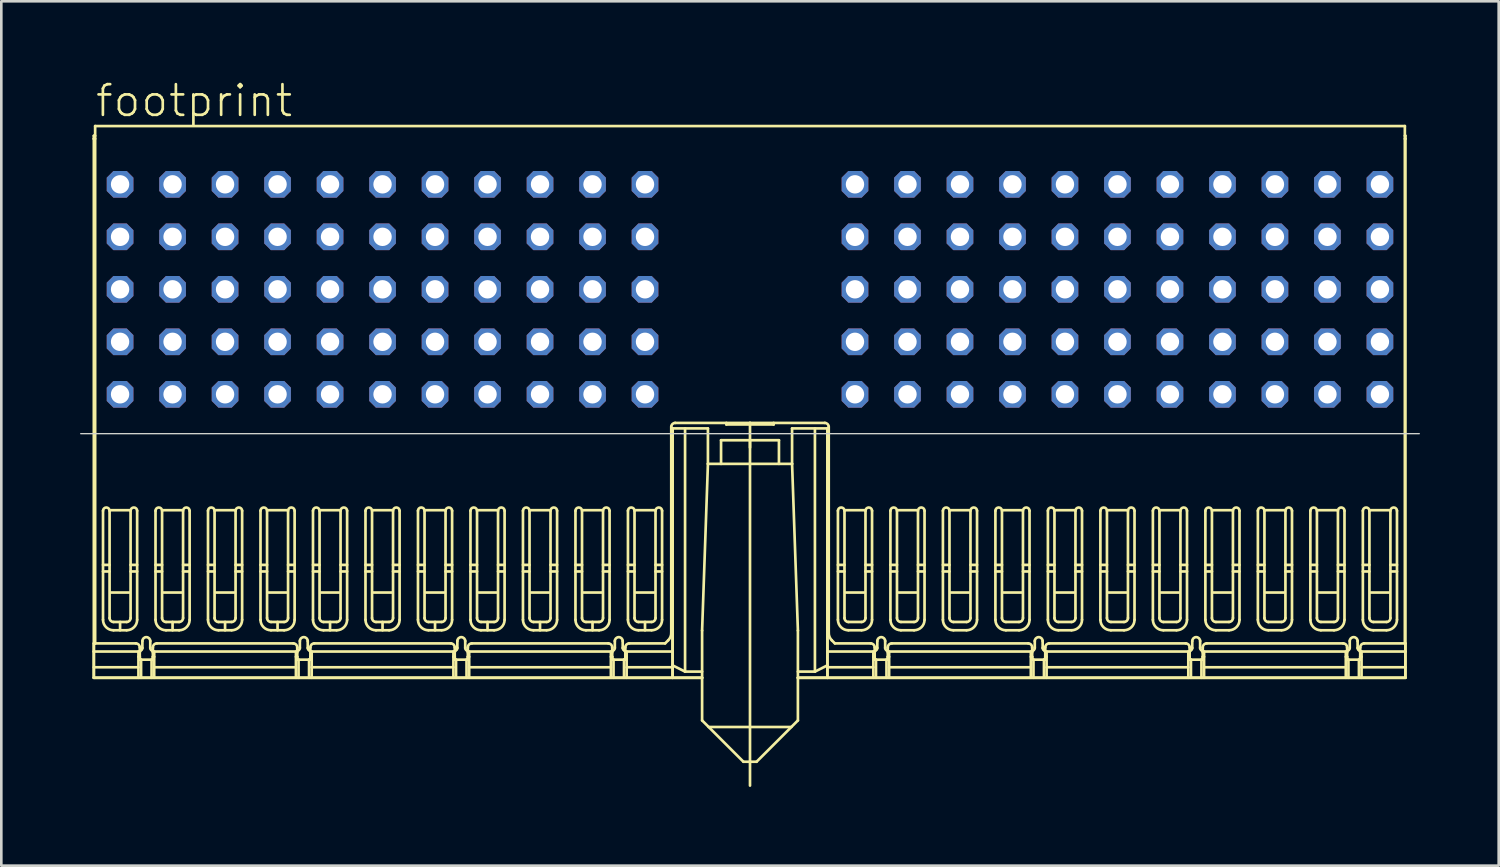
<source format=kicad_pcb>
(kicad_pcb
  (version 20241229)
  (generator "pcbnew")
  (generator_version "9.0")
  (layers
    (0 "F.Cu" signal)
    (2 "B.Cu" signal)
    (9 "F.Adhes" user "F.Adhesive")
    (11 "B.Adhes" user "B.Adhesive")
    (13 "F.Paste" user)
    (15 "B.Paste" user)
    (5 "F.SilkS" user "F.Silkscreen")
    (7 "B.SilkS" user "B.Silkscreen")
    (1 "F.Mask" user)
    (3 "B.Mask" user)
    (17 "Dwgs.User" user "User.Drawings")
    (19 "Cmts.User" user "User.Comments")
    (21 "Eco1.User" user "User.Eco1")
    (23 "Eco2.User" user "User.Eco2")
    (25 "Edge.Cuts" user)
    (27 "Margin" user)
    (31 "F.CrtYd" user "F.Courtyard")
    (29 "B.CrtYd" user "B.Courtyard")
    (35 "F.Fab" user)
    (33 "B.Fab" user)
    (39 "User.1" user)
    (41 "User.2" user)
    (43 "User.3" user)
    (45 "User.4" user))
  (footprint "footprint"
    (layer "F.Cu")
    (at 25.525 11.973)
    (property "Reference" "footprint" (at -25 -10.5 0) (layer "F.SilkS") (effects (font (size 1.168 1.168) (thickness 0.102)) (justify left bottom)))
    (fp_line (start -25 -9.85) (end -24.95 -9.85) (stroke (width 0.102) (type solid)) (layer "F.SilkS"))
    (fp_line (start -25 -9.736) (end -25 -9.85) (stroke (width 0.102) (type solid)) (layer "F.SilkS"))
    (fp_line (start -25 -9.736) (end -25 10.8) (stroke (width 0.102) (type solid)) (layer "F.SilkS"))
    (fp_line (start -25 9.49) (end -24.95 9.49) (stroke (width 0.102) (type solid)) (layer "F.SilkS"))
    (fp_line (start -25 9.8) (end -25 9.49) (stroke (width 0.102) (type solid)) (layer "F.SilkS"))
    (fp_line (start -25 9.8) (end -25 10.8) (stroke (width 0.102) (type solid)) (layer "F.SilkS"))
    (fp_line (start -25 9.8) (end -23.3 9.8) (stroke (width 0.102) (type solid)) (layer "F.SilkS"))
    (fp_line (start -25 10.4) (end -23.3 10.4) (stroke (width 0.102) (type solid)) (layer "F.SilkS"))
    (fp_line (start -25 10.8) (end -2.95 10.8) (stroke (width 0.102) (type solid)) (layer "F.SilkS"))
    (fp_line (start -25 10.8) (end -1.825 10.8) (stroke (width 0.102) (type solid)) (layer "F.SilkS"))
    (fp_line (start -24.95 -10.22) (end 24.95 -10.22) (stroke (width 0.102) (type solid)) (layer "F.SilkS"))
    (fp_line (start -24.95 -9.736) (end -25 -9.736) (stroke (width 0.102) (type solid)) (layer "F.SilkS"))
    (fp_line (start -24.95 9.49) (end -24.95 -10.22) (stroke (width 0.102) (type solid)) (layer "F.SilkS"))
    (fp_line (start -24.65 6.5) (end -24.4 6.5) (stroke (width 0.102) (type solid)) (layer "F.SilkS"))
    (fp_line (start -24.65 6.75) (end -24.4 6.75) (stroke (width 0.102) (type solid)) (layer "F.SilkS"))
    (fp_line (start -24.65 8.59) (end -24.65 4.437) (stroke (width 0.102) (type solid)) (layer "F.SilkS"))
    (fp_line (start -24.4 4.437) (end -24.4 8.524) (stroke (width 0.102) (type solid)) (layer "F.SilkS"))
    (fp_line (start -24.25 8.674) (end -23.75 8.674) (stroke (width 0.102) (type solid)) (layer "F.SilkS"))
    (fp_line (start -24 8.99) (end -24 8.674) (stroke (width 0.102) (type solid)) (layer "F.SilkS"))
    (fp_line (start -23.75 8.99) (end -24.25 8.99) (stroke (width 0.102) (type solid)) (layer "F.SilkS"))
    (fp_line (start -23.65 4.415) (end -24.35 4.415) (stroke (width 0.102) (type solid)) (layer "F.SilkS"))
    (fp_line (start -23.65 7.552) (end -24.35 7.552) (stroke (width 0.102) (type solid)) (layer "F.SilkS"))
    (fp_line (start -23.6 6.5) (end -23.35 6.5) (stroke (width 0.102) (type solid)) (layer "F.SilkS"))
    (fp_line (start -23.6 6.75) (end -23.35 6.75) (stroke (width 0.102) (type solid)) (layer "F.SilkS"))
    (fp_line (start -23.6 8.524) (end -23.6 4.437) (stroke (width 0.102) (type solid)) (layer "F.SilkS"))
    (fp_line (start -23.4 9.49) (end -24.95 9.49) (stroke (width 0.102) (type solid)) (layer "F.SilkS"))
    (fp_line (start -23.35 4.437) (end -23.35 8.59) (stroke (width 0.102) (type solid)) (layer "F.SilkS"))
    (fp_line (start -23.3 9.8) (end -23.3 10.8) (stroke (width 0.102) (type solid)) (layer "F.SilkS"))
    (fp_line (start -23.3 10) (end -23.25 10) (stroke (width 0.102) (type solid)) (layer "F.SilkS"))
    (fp_line (start -23.25 9.64) (end -23.25 10.11) (stroke (width 0.102) (type solid)) (layer "F.SilkS"))
    (fp_line (start -23.25 10) (end -23.25 10.11) (stroke (width 0.102) (type solid)) (layer "F.SilkS"))
    (fp_line (start -23.25 10.11) (end -23.2 10.11) (stroke (width 0.102) (type solid)) (layer "F.SilkS"))
    (fp_line (start -23.25 10.11) (end -22.75 10.11) (stroke (width 0.102) (type solid)) (layer "F.SilkS"))
    (fp_line (start -23.2 10.11) (end -23.2 10.8) (stroke (width 0.102) (type solid)) (layer "F.SilkS"))
    (fp_line (start -23.15 9.402) (end -23.15 9.664) (stroke (width 0.102) (type solid)) (layer "F.SilkS"))
    (fp_line (start -22.85 9.664) (end -22.85 9.402) (stroke (width 0.102) (type solid)) (layer "F.SilkS"))
    (fp_line (start -22.8 10.11) (end -22.8 10.8) (stroke (width 0.102) (type solid)) (layer "F.SilkS"))
    (fp_line (start -22.75 10) (end -22.75 10.11) (stroke (width 0.102) (type solid)) (layer "F.SilkS"))
    (fp_line (start -22.75 10.11) (end -22.8 10.11) (stroke (width 0.102) (type solid)) (layer "F.SilkS"))
    (fp_line (start -22.75 10.11) (end -22.75 9.64) (stroke (width 0.102) (type solid)) (layer "F.SilkS"))
    (fp_line (start -22.7 9.8) (end -22.7 10.8) (stroke (width 0.102) (type solid)) (layer "F.SilkS"))
    (fp_line (start -22.7 9.8) (end -17.3 9.8) (stroke (width 0.102) (type solid)) (layer "F.SilkS"))
    (fp_line (start -22.7 10) (end -22.75 10) (stroke (width 0.102) (type solid)) (layer "F.SilkS"))
    (fp_line (start -22.7 10.4) (end -17.3 10.4) (stroke (width 0.102) (type solid)) (layer "F.SilkS"))
    (fp_line (start -22.65 6.5) (end -22.4 6.5) (stroke (width 0.102) (type solid)) (layer "F.SilkS"))
    (fp_line (start -22.65 6.75) (end -22.4 6.75) (stroke (width 0.102) (type solid)) (layer "F.SilkS"))
    (fp_line (start -22.65 8.59) (end -22.65 4.437) (stroke (width 0.102) (type solid)) (layer "F.SilkS"))
    (fp_line (start -22.6 9.49) (end -17.4 9.49) (stroke (width 0.102) (type solid)) (layer "F.SilkS"))
    (fp_line (start -22.4 4.437) (end -22.4 8.524) (stroke (width 0.102) (type solid)) (layer "F.SilkS"))
    (fp_line (start -22.25 8.674) (end -21.75 8.674) (stroke (width 0.102) (type solid)) (layer "F.SilkS"))
    (fp_line (start -22 8.99) (end -22 8.674) (stroke (width 0.102) (type solid)) (layer "F.SilkS"))
    (fp_line (start -21.75 8.99) (end -22.25 8.99) (stroke (width 0.102) (type solid)) (layer "F.SilkS"))
    (fp_line (start -21.65 4.415) (end -22.35 4.415) (stroke (width 0.102) (type solid)) (layer "F.SilkS"))
    (fp_line (start -21.65 7.552) (end -22.35 7.552) (stroke (width 0.102) (type solid)) (layer "F.SilkS"))
    (fp_line (start -21.6 6.5) (end -21.35 6.5) (stroke (width 0.102) (type solid)) (layer "F.SilkS"))
    (fp_line (start -21.6 6.75) (end -21.35 6.75) (stroke (width 0.102) (type solid)) (layer "F.SilkS"))
    (fp_line (start -21.6 8.524) (end -21.6 4.437) (stroke (width 0.102) (type solid)) (layer "F.SilkS"))
    (fp_line (start -21.35 4.437) (end -21.35 8.59) (stroke (width 0.102) (type solid)) (layer "F.SilkS"))
    (fp_line (start -20.65 6.5) (end -20.4 6.5) (stroke (width 0.102) (type solid)) (layer "F.SilkS"))
    (fp_line (start -20.65 6.75) (end -20.4 6.75) (stroke (width 0.102) (type solid)) (layer "F.SilkS"))
    (fp_line (start -20.65 8.59) (end -20.65 4.437) (stroke (width 0.102) (type solid)) (layer "F.SilkS"))
    (fp_line (start -20.4 4.437) (end -20.4 8.524) (stroke (width 0.102) (type solid)) (layer "F.SilkS"))
    (fp_line (start -20.25 8.674) (end -19.75 8.674) (stroke (width 0.102) (type solid)) (layer "F.SilkS"))
    (fp_line (start -20 8.99) (end -20 8.674) (stroke (width 0.102) (type solid)) (layer "F.SilkS"))
    (fp_line (start -19.75 8.99) (end -20.25 8.99) (stroke (width 0.102) (type solid)) (layer "F.SilkS"))
    (fp_line (start -19.65 4.415) (end -20.35 4.415) (stroke (width 0.102) (type solid)) (layer "F.SilkS"))
    (fp_line (start -19.65 7.552) (end -20.35 7.552) (stroke (width 0.102) (type solid)) (layer "F.SilkS"))
    (fp_line (start -19.6 6.5) (end -19.35 6.5) (stroke (width 0.102) (type solid)) (layer "F.SilkS"))
    (fp_line (start -19.6 6.75) (end -19.35 6.75) (stroke (width 0.102) (type solid)) (layer "F.SilkS"))
    (fp_line (start -19.6 8.524) (end -19.6 4.437) (stroke (width 0.102) (type solid)) (layer "F.SilkS"))
    (fp_line (start -19.35 4.437) (end -19.35 8.59) (stroke (width 0.102) (type solid)) (layer "F.SilkS"))
    (fp_line (start -18.65 6.5) (end -18.4 6.5) (stroke (width 0.102) (type solid)) (layer "F.SilkS"))
    (fp_line (start -18.65 6.75) (end -18.4 6.75) (stroke (width 0.102) (type solid)) (layer "F.SilkS"))
    (fp_line (start -18.65 8.59) (end -18.65 4.437) (stroke (width 0.102) (type solid)) (layer "F.SilkS"))
    (fp_line (start -18.4 4.437) (end -18.4 8.524) (stroke (width 0.102) (type solid)) (layer "F.SilkS"))
    (fp_line (start -18.25 8.674) (end -17.75 8.674) (stroke (width 0.102) (type solid)) (layer "F.SilkS"))
    (fp_line (start -18 8.99) (end -18 8.674) (stroke (width 0.102) (type solid)) (layer "F.SilkS"))
    (fp_line (start -17.75 8.99) (end -18.25 8.99) (stroke (width 0.102) (type solid)) (layer "F.SilkS"))
    (fp_line (start -17.65 4.415) (end -18.35 4.415) (stroke (width 0.102) (type solid)) (layer "F.SilkS"))
    (fp_line (start -17.65 7.552) (end -18.35 7.552) (stroke (width 0.102) (type solid)) (layer "F.SilkS"))
    (fp_line (start -17.6 6.5) (end -17.35 6.5) (stroke (width 0.102) (type solid)) (layer "F.SilkS"))
    (fp_line (start -17.6 6.75) (end -17.35 6.75) (stroke (width 0.102) (type solid)) (layer "F.SilkS"))
    (fp_line (start -17.6 8.524) (end -17.6 4.437) (stroke (width 0.102) (type solid)) (layer "F.SilkS"))
    (fp_line (start -17.35 4.437) (end -17.35 8.59) (stroke (width 0.102) (type solid)) (layer "F.SilkS"))
    (fp_line (start -17.3 9.8) (end -17.3 10.8) (stroke (width 0.102) (type solid)) (layer "F.SilkS"))
    (fp_line (start -17.3 10) (end -17.25 10) (stroke (width 0.102) (type solid)) (layer "F.SilkS"))
    (fp_line (start -17.25 9.64) (end -17.25 10.11) (stroke (width 0.102) (type solid)) (layer "F.SilkS"))
    (fp_line (start -17.25 10) (end -17.25 10.11) (stroke (width 0.102) (type solid)) (layer "F.SilkS"))
    (fp_line (start -17.25 10.11) (end -17.2 10.11) (stroke (width 0.102) (type solid)) (layer "F.SilkS"))
    (fp_line (start -17.25 10.11) (end -16.75 10.11) (stroke (width 0.102) (type solid)) (layer "F.SilkS"))
    (fp_line (start -17.2 10.11) (end -17.2 10.8) (stroke (width 0.102) (type solid)) (layer "F.SilkS"))
    (fp_line (start -17.15 9.402) (end -17.15 9.664) (stroke (width 0.102) (type solid)) (layer "F.SilkS"))
    (fp_line (start -16.85 9.664) (end -16.85 9.402) (stroke (width 0.102) (type solid)) (layer "F.SilkS"))
    (fp_line (start -16.8 10.11) (end -16.8 10.8) (stroke (width 0.102) (type solid)) (layer "F.SilkS"))
    (fp_line (start -16.75 10) (end -16.75 10.11) (stroke (width 0.102) (type solid)) (layer "F.SilkS"))
    (fp_line (start -16.75 10.11) (end -16.8 10.11) (stroke (width 0.102) (type solid)) (layer "F.SilkS"))
    (fp_line (start -16.75 10.11) (end -16.75 9.64) (stroke (width 0.102) (type solid)) (layer "F.SilkS"))
    (fp_line (start -16.7 9.8) (end -16.7 10.8) (stroke (width 0.102) (type solid)) (layer "F.SilkS"))
    (fp_line (start -16.7 9.8) (end -11.3 9.8) (stroke (width 0.102) (type solid)) (layer "F.SilkS"))
    (fp_line (start -16.7 10) (end -16.75 10) (stroke (width 0.102) (type solid)) (layer "F.SilkS"))
    (fp_line (start -16.7 10.4) (end -11.3 10.4) (stroke (width 0.102) (type solid)) (layer "F.SilkS"))
    (fp_line (start -16.65 6.5) (end -16.4 6.5) (stroke (width 0.102) (type solid)) (layer "F.SilkS"))
    (fp_line (start -16.65 6.75) (end -16.4 6.75) (stroke (width 0.102) (type solid)) (layer "F.SilkS"))
    (fp_line (start -16.65 8.59) (end -16.65 4.437) (stroke (width 0.102) (type solid)) (layer "F.SilkS"))
    (fp_line (start -16.6 9.49) (end -11.4 9.49) (stroke (width 0.102) (type solid)) (layer "F.SilkS"))
    (fp_line (start -16.4 4.437) (end -16.4 8.524) (stroke (width 0.102) (type solid)) (layer "F.SilkS"))
    (fp_line (start -16.25 8.674) (end -15.75 8.674) (stroke (width 0.102) (type solid)) (layer "F.SilkS"))
    (fp_line (start -16 8.99) (end -16 8.674) (stroke (width 0.102) (type solid)) (layer "F.SilkS"))
    (fp_line (start -15.75 8.99) (end -16.25 8.99) (stroke (width 0.102) (type solid)) (layer "F.SilkS"))
    (fp_line (start -15.65 4.415) (end -16.35 4.415) (stroke (width 0.102) (type solid)) (layer "F.SilkS"))
    (fp_line (start -15.65 7.552) (end -16.35 7.552) (stroke (width 0.102) (type solid)) (layer "F.SilkS"))
    (fp_line (start -15.6 6.5) (end -15.35 6.5) (stroke (width 0.102) (type solid)) (layer "F.SilkS"))
    (fp_line (start -15.6 6.75) (end -15.35 6.75) (stroke (width 0.102) (type solid)) (layer "F.SilkS"))
    (fp_line (start -15.6 8.524) (end -15.6 4.437) (stroke (width 0.102) (type solid)) (layer "F.SilkS"))
    (fp_line (start -15.35 4.437) (end -15.35 8.59) (stroke (width 0.102) (type solid)) (layer "F.SilkS"))
    (fp_line (start -14.65 6.5) (end -14.4 6.5) (stroke (width 0.102) (type solid)) (layer "F.SilkS"))
    (fp_line (start -14.65 6.75) (end -14.4 6.75) (stroke (width 0.102) (type solid)) (layer "F.SilkS"))
    (fp_line (start -14.65 8.59) (end -14.65 4.437) (stroke (width 0.102) (type solid)) (layer "F.SilkS"))
    (fp_line (start -14.4 4.437) (end -14.4 8.524) (stroke (width 0.102) (type solid)) (layer "F.SilkS"))
    (fp_line (start -14.25 8.674) (end -13.75 8.674) (stroke (width 0.102) (type solid)) (layer "F.SilkS"))
    (fp_line (start -14 8.99) (end -14 8.674) (stroke (width 0.102) (type solid)) (layer "F.SilkS"))
    (fp_line (start -13.75 8.99) (end -14.25 8.99) (stroke (width 0.102) (type solid)) (layer "F.SilkS"))
    (fp_line (start -13.65 4.415) (end -14.35 4.415) (stroke (width 0.102) (type solid)) (layer "F.SilkS"))
    (fp_line (start -13.65 7.552) (end -14.35 7.552) (stroke (width 0.102) (type solid)) (layer "F.SilkS"))
    (fp_line (start -13.6 6.5) (end -13.35 6.5) (stroke (width 0.102) (type solid)) (layer "F.SilkS"))
    (fp_line (start -13.6 6.75) (end -13.35 6.75) (stroke (width 0.102) (type solid)) (layer "F.SilkS"))
    (fp_line (start -13.6 8.524) (end -13.6 4.437) (stroke (width 0.102) (type solid)) (layer "F.SilkS"))
    (fp_line (start -13.35 4.437) (end -13.35 8.59) (stroke (width 0.102) (type solid)) (layer "F.SilkS"))
    (fp_line (start -12.65 6.5) (end -12.4 6.5) (stroke (width 0.102) (type solid)) (layer "F.SilkS"))
    (fp_line (start -12.65 6.75) (end -12.4 6.75) (stroke (width 0.102) (type solid)) (layer "F.SilkS"))
    (fp_line (start -12.65 8.59) (end -12.65 4.437) (stroke (width 0.102) (type solid)) (layer "F.SilkS"))
    (fp_line (start -12.4 4.437) (end -12.4 8.524) (stroke (width 0.102) (type solid)) (layer "F.SilkS"))
    (fp_line (start -12.25 8.674) (end -11.75 8.674) (stroke (width 0.102) (type solid)) (layer "F.SilkS"))
    (fp_line (start -12 8.99) (end -12 8.674) (stroke (width 0.102) (type solid)) (layer "F.SilkS"))
    (fp_line (start -11.75 8.99) (end -12.25 8.99) (stroke (width 0.102) (type solid)) (layer "F.SilkS"))
    (fp_line (start -11.65 4.415) (end -12.35 4.415) (stroke (width 0.102) (type solid)) (layer "F.SilkS"))
    (fp_line (start -11.65 7.552) (end -12.35 7.552) (stroke (width 0.102) (type solid)) (layer "F.SilkS"))
    (fp_line (start -11.6 6.5) (end -11.35 6.5) (stroke (width 0.102) (type solid)) (layer "F.SilkS"))
    (fp_line (start -11.6 6.75) (end -11.35 6.75) (stroke (width 0.102) (type solid)) (layer "F.SilkS"))
    (fp_line (start -11.6 8.524) (end -11.6 4.437) (stroke (width 0.102) (type solid)) (layer "F.SilkS"))
    (fp_line (start -11.35 4.437) (end -11.35 8.59) (stroke (width 0.102) (type solid)) (layer "F.SilkS"))
    (fp_line (start -11.3 9.8) (end -11.3 10.8) (stroke (width 0.102) (type solid)) (layer "F.SilkS"))
    (fp_line (start -11.3 10) (end -11.25 10) (stroke (width 0.102) (type solid)) (layer "F.SilkS"))
    (fp_line (start -11.25 9.64) (end -11.25 10.11) (stroke (width 0.102) (type solid)) (layer "F.SilkS"))
    (fp_line (start -11.25 10) (end -11.25 10.11) (stroke (width 0.102) (type solid)) (layer "F.SilkS"))
    (fp_line (start -11.25 10.11) (end -11.2 10.11) (stroke (width 0.102) (type solid)) (layer "F.SilkS"))
    (fp_line (start -11.25 10.11) (end -10.75 10.11) (stroke (width 0.102) (type solid)) (layer "F.SilkS"))
    (fp_line (start -11.2 10.11) (end -11.2 10.8) (stroke (width 0.102) (type solid)) (layer "F.SilkS"))
    (fp_line (start -11.15 9.402) (end -11.15 9.664) (stroke (width 0.102) (type solid)) (layer "F.SilkS"))
    (fp_line (start -10.85 9.664) (end -10.85 9.402) (stroke (width 0.102) (type solid)) (layer "F.SilkS"))
    (fp_line (start -10.8 10.11) (end -10.8 10.8) (stroke (width 0.102) (type solid)) (layer "F.SilkS"))
    (fp_line (start -10.75 10) (end -10.75 10.11) (stroke (width 0.102) (type solid)) (layer "F.SilkS"))
    (fp_line (start -10.75 10.11) (end -10.8 10.11) (stroke (width 0.102) (type solid)) (layer "F.SilkS"))
    (fp_line (start -10.75 10.11) (end -10.75 9.64) (stroke (width 0.102) (type solid)) (layer "F.SilkS"))
    (fp_line (start -10.7 9.8) (end -10.7 10.8) (stroke (width 0.102) (type solid)) (layer "F.SilkS"))
    (fp_line (start -10.7 9.8) (end -5.3 9.8) (stroke (width 0.102) (type solid)) (layer "F.SilkS"))
    (fp_line (start -10.7 10) (end -10.75 10) (stroke (width 0.102) (type solid)) (layer "F.SilkS"))
    (fp_line (start -10.7 10.4) (end -5.3 10.4) (stroke (width 0.102) (type solid)) (layer "F.SilkS"))
    (fp_line (start -10.65 6.5) (end -10.4 6.5) (stroke (width 0.102) (type solid)) (layer "F.SilkS"))
    (fp_line (start -10.65 6.75) (end -10.4 6.75) (stroke (width 0.102) (type solid)) (layer "F.SilkS"))
    (fp_line (start -10.65 8.59) (end -10.65 4.437) (stroke (width 0.102) (type solid)) (layer "F.SilkS"))
    (fp_line (start -10.6 9.49) (end -5.4 9.49) (stroke (width 0.102) (type solid)) (layer "F.SilkS"))
    (fp_line (start -10.4 4.437) (end -10.4 8.524) (stroke (width 0.102) (type solid)) (layer "F.SilkS"))
    (fp_line (start -10.25 8.674) (end -9.75 8.674) (stroke (width 0.102) (type solid)) (layer "F.SilkS"))
    (fp_line (start -10 8.99) (end -10 8.674) (stroke (width 0.102) (type solid)) (layer "F.SilkS"))
    (fp_line (start -9.75 8.99) (end -10.25 8.99) (stroke (width 0.102) (type solid)) (layer "F.SilkS"))
    (fp_line (start -9.65 4.415) (end -10.35 4.415) (stroke (width 0.102) (type solid)) (layer "F.SilkS"))
    (fp_line (start -9.65 7.552) (end -10.35 7.552) (stroke (width 0.102) (type solid)) (layer "F.SilkS"))
    (fp_line (start -9.6 6.5) (end -9.35 6.5) (stroke (width 0.102) (type solid)) (layer "F.SilkS"))
    (fp_line (start -9.6 6.75) (end -9.35 6.75) (stroke (width 0.102) (type solid)) (layer "F.SilkS"))
    (fp_line (start -9.6 8.524) (end -9.6 4.437) (stroke (width 0.102) (type solid)) (layer "F.SilkS"))
    (fp_line (start -9.35 4.437) (end -9.35 8.59) (stroke (width 0.102) (type solid)) (layer "F.SilkS"))
    (fp_line (start -8.65 6.5) (end -8.4 6.5) (stroke (width 0.102) (type solid)) (layer "F.SilkS"))
    (fp_line (start -8.65 6.75) (end -8.4 6.75) (stroke (width 0.102) (type solid)) (layer "F.SilkS"))
    (fp_line (start -8.65 8.59) (end -8.65 4.437) (stroke (width 0.102) (type solid)) (layer "F.SilkS"))
    (fp_line (start -8.4 4.437) (end -8.4 8.524) (stroke (width 0.102) (type solid)) (layer "F.SilkS"))
    (fp_line (start -8.25 8.674) (end -7.75 8.674) (stroke (width 0.102) (type solid)) (layer "F.SilkS"))
    (fp_line (start -8 8.99) (end -8 8.674) (stroke (width 0.102) (type solid)) (layer "F.SilkS"))
    (fp_line (start -7.75 8.99) (end -8.25 8.99) (stroke (width 0.102) (type solid)) (layer "F.SilkS"))
    (fp_line (start -7.65 4.415) (end -8.35 4.415) (stroke (width 0.102) (type solid)) (layer "F.SilkS"))
    (fp_line (start -7.65 7.552) (end -8.35 7.552) (stroke (width 0.102) (type solid)) (layer "F.SilkS"))
    (fp_line (start -7.6 6.5) (end -7.35 6.5) (stroke (width 0.102) (type solid)) (layer "F.SilkS"))
    (fp_line (start -7.6 6.75) (end -7.35 6.75) (stroke (width 0.102) (type solid)) (layer "F.SilkS"))
    (fp_line (start -7.6 8.524) (end -7.6 4.437) (stroke (width 0.102) (type solid)) (layer "F.SilkS"))
    (fp_line (start -7.35 4.437) (end -7.35 8.59) (stroke (width 0.102) (type solid)) (layer "F.SilkS"))
    (fp_line (start -6.65 6.5) (end -6.4 6.5) (stroke (width 0.102) (type solid)) (layer "F.SilkS"))
    (fp_line (start -6.65 6.75) (end -6.4 6.75) (stroke (width 0.102) (type solid)) (layer "F.SilkS"))
    (fp_line (start -6.65 8.59) (end -6.65 4.437) (stroke (width 0.102) (type solid)) (layer "F.SilkS"))
    (fp_line (start -6.4 4.437) (end -6.4 8.524) (stroke (width 0.102) (type solid)) (layer "F.SilkS"))
    (fp_line (start -6.25 8.674) (end -5.75 8.674) (stroke (width 0.102) (type solid)) (layer "F.SilkS"))
    (fp_line (start -6 8.99) (end -6 8.674) (stroke (width 0.102) (type solid)) (layer "F.SilkS"))
    (fp_line (start -5.75 8.99) (end -6.25 8.99) (stroke (width 0.102) (type solid)) (layer "F.SilkS"))
    (fp_line (start -5.65 4.415) (end -6.35 4.415) (stroke (width 0.102) (type solid)) (layer "F.SilkS"))
    (fp_line (start -5.65 7.552) (end -6.35 7.552) (stroke (width 0.102) (type solid)) (layer "F.SilkS"))
    (fp_line (start -5.6 6.5) (end -5.35 6.5) (stroke (width 0.102) (type solid)) (layer "F.SilkS"))
    (fp_line (start -5.6 6.75) (end -5.35 6.75) (stroke (width 0.102) (type solid)) (layer "F.SilkS"))
    (fp_line (start -5.6 8.524) (end -5.6 4.437) (stroke (width 0.102) (type solid)) (layer "F.SilkS"))
    (fp_line (start -5.35 4.437) (end -5.35 8.59) (stroke (width 0.102) (type solid)) (layer "F.SilkS"))
    (fp_line (start -5.3 9.8) (end -5.3 10.8) (stroke (width 0.102) (type solid)) (layer "F.SilkS"))
    (fp_line (start -5.3 10) (end -5.25 10) (stroke (width 0.102) (type solid)) (layer "F.SilkS"))
    (fp_line (start -5.25 9.64) (end -5.25 10.11) (stroke (width 0.102) (type solid)) (layer "F.SilkS"))
    (fp_line (start -5.25 10) (end -5.25 10.11) (stroke (width 0.102) (type solid)) (layer "F.SilkS"))
    (fp_line (start -5.25 10.11) (end -5.2 10.11) (stroke (width 0.102) (type solid)) (layer "F.SilkS"))
    (fp_line (start -5.25 10.11) (end -4.75 10.11) (stroke (width 0.102) (type solid)) (layer "F.SilkS"))
    (fp_line (start -5.2 10.11) (end -5.2 10.8) (stroke (width 0.102) (type solid)) (layer "F.SilkS"))
    (fp_line (start -5.15 9.402) (end -5.15 9.664) (stroke (width 0.102) (type solid)) (layer "F.SilkS"))
    (fp_line (start -4.85 9.664) (end -4.85 9.402) (stroke (width 0.102) (type solid)) (layer "F.SilkS"))
    (fp_line (start -4.8 10.11) (end -4.8 10.8) (stroke (width 0.102) (type solid)) (layer "F.SilkS"))
    (fp_line (start -4.75 10) (end -4.75 10.11) (stroke (width 0.102) (type solid)) (layer "F.SilkS"))
    (fp_line (start -4.75 10.11) (end -4.8 10.11) (stroke (width 0.102) (type solid)) (layer "F.SilkS"))
    (fp_line (start -4.75 10.11) (end -4.75 9.64) (stroke (width 0.102) (type solid)) (layer "F.SilkS"))
    (fp_line (start -4.7 9.8) (end -4.7 10.8) (stroke (width 0.102) (type solid)) (layer "F.SilkS"))
    (fp_line (start -4.7 9.8) (end -2.95 9.8) (stroke (width 0.102) (type solid)) (layer "F.SilkS"))
    (fp_line (start -4.7 10) (end -4.75 10) (stroke (width 0.102) (type solid)) (layer "F.SilkS"))
    (fp_line (start -4.7 10.4) (end -2.95 10.4) (stroke (width 0.102) (type solid)) (layer "F.SilkS"))
    (fp_line (start -4.65 6.5) (end -4.4 6.5) (stroke (width 0.102) (type solid)) (layer "F.SilkS"))
    (fp_line (start -4.65 6.75) (end -4.4 6.75) (stroke (width 0.102) (type solid)) (layer "F.SilkS"))
    (fp_line (start -4.65 8.59) (end -4.65 4.437) (stroke (width 0.102) (type solid)) (layer "F.SilkS"))
    (fp_line (start -4.6 9.49) (end -3.234 9.49) (stroke (width 0.102) (type solid)) (layer "F.SilkS"))
    (fp_line (start -4.4 4.437) (end -4.4 8.524) (stroke (width 0.102) (type solid)) (layer "F.SilkS"))
    (fp_line (start -4.25 8.674) (end -3.75 8.674) (stroke (width 0.102) (type solid)) (layer "F.SilkS"))
    (fp_line (start -4 8.99) (end -4 8.674) (stroke (width 0.102) (type solid)) (layer "F.SilkS"))
    (fp_line (start -3.75 8.99) (end -4.25 8.99) (stroke (width 0.102) (type solid)) (layer "F.SilkS"))
    (fp_line (start -3.65 4.415) (end -4.35 4.415) (stroke (width 0.102) (type solid)) (layer "F.SilkS"))
    (fp_line (start -3.65 7.552) (end -4.35 7.552) (stroke (width 0.102) (type solid)) (layer "F.SilkS"))
    (fp_line (start -3.6 6.5) (end -3.35 6.5) (stroke (width 0.102) (type solid)) (layer "F.SilkS"))
    (fp_line (start -3.6 6.75) (end -3.35 6.75) (stroke (width 0.102) (type solid)) (layer "F.SilkS"))
    (fp_line (start -3.6 8.524) (end -3.6 4.437) (stroke (width 0.102) (type solid)) (layer "F.SilkS"))
    (fp_line (start -3.35 4.437) (end -3.35 8.59) (stroke (width 0.102) (type solid)) (layer "F.SilkS"))
    (fp_line (start -3.117 9.373) (end -3.234 9.49) (stroke (width 0.102) (type solid)) (layer "F.SilkS"))
    (fp_line (start -3 9.09) (end -3 1.24) (stroke (width 0.102) (type solid)) (layer "F.SilkS"))
    (fp_line (start -2.95 1.3) (end -2.95 10.8) (stroke (width 0.102) (type solid)) (layer "F.SilkS"))
    (fp_line (start -2.95 1.3) (end -1.603 1.3) (stroke (width 0.102) (type solid)) (layer "F.SilkS"))
    (fp_line (start -2.95 9.8) (end -2.95 1.3) (stroke (width 0.102) (type solid)) (layer "F.SilkS"))
    (fp_line (start -2.95 9.8) (end -2.95 10.4) (stroke (width 0.102) (type solid)) (layer "F.SilkS"))
    (fp_line (start -2.95 10.4) (end -2.95 10.8) (stroke (width 0.102) (type solid)) (layer "F.SilkS"))
    (fp_line (start -2.95 10.8) (end -1.825 10.8) (stroke (width 0.102) (type solid)) (layer "F.SilkS"))
    (fp_line (start -2.85 1.09) (end 0 1.09) (stroke (width 0.102) (type solid)) (layer "F.SilkS"))
    (fp_line (start -2.474 1.3) (end -2.474 10.565) (stroke (width 0.102) (type solid)) (layer "F.SilkS"))
    (fp_line (start -2.474 10.565) (end -2.95 10.327) (stroke (width 0.102) (type solid)) (layer "F.SilkS"))
    (fp_line (start -2.474 10.565) (end -1.825 10.565) (stroke (width 0.102) (type solid)) (layer "F.SilkS"))
    (fp_line (start -1.825 10.8) (end -1.825 9) (stroke (width 0.102) (type solid)) (layer "F.SilkS"))
    (fp_line (start -1.825 10.8) (end -1.825 12.425) (stroke (width 0.102) (type solid)) (layer "F.SilkS"))
    (fp_line (start -1.825 12.425) (end -0.25 14) (stroke (width 0.102) (type solid)) (layer "F.SilkS"))
    (fp_line (start -1.603 1.3) (end -1.603 2.65) (stroke (width 0.102) (type solid)) (layer "F.SilkS"))
    (fp_line (start -1.603 2.65) (end -1.825 9) (stroke (width 0.102) (type solid)) (layer "F.SilkS"))
    (fp_line (start -1.575 12.675) (end 1.575 12.675) (stroke (width 0.102) (type solid)) (layer "F.SilkS"))
    (fp_line (start -1.103 1.75) (end -1.103 2.65) (stroke (width 0.102) (type solid)) (layer "F.SilkS"))
    (fp_line (start -0.9 1.09) (end -0.9 1.15) (stroke (width 0.102) (type solid)) (layer "F.SilkS"))
    (fp_line (start -0.9 1.15) (end 0.9 1.15) (stroke (width 0.102) (type solid)) (layer "F.SilkS"))
    (fp_line (start -0.25 14) (end 0.25 14) (stroke (width 0.102) (type solid)) (layer "F.SilkS"))
    (fp_line (start 0 1.09) (end 0 2.03) (stroke (width 0.102) (type solid)) (layer "F.SilkS"))
    (fp_line (start 0 1.742) (end 0 14.908) (stroke (width 0.102) (type solid)) (layer "F.SilkS"))
    (fp_line (start 0.9 1.15) (end 0.9 1.09) (stroke (width 0.102) (type solid)) (layer "F.SilkS"))
    (fp_line (start 1.103 1.75) (end -1.103 1.75) (stroke (width 0.102) (type solid)) (layer "F.SilkS"))
    (fp_line (start 1.103 1.75) (end 1.103 2.65) (stroke (width 0.102) (type solid)) (layer "F.SilkS"))
    (fp_line (start 1.603 1.3) (end 1.603 2.65) (stroke (width 0.102) (type solid)) (layer "F.SilkS"))
    (fp_line (start 1.603 2.65) (end -1.603 2.65) (stroke (width 0.102) (type solid)) (layer "F.SilkS"))
    (fp_line (start 1.603 2.65) (end 1.825 9) (stroke (width 0.102) (type solid)) (layer "F.SilkS"))
    (fp_line (start 1.825 10.8) (end 1.825 9) (stroke (width 0.102) (type solid)) (layer "F.SilkS"))
    (fp_line (start 1.825 10.8) (end 1.825 12.425) (stroke (width 0.102) (type solid)) (layer "F.SilkS"))
    (fp_line (start 1.825 10.8) (end 24.97 10.8) (stroke (width 0.102) (type solid)) (layer "F.SilkS"))
    (fp_line (start 1.825 12.425) (end 0.25 14) (stroke (width 0.102) (type solid)) (layer "F.SilkS"))
    (fp_line (start 2.474 1.3) (end 2.474 10.565) (stroke (width 0.102) (type solid)) (layer "F.SilkS"))
    (fp_line (start 2.474 10.565) (end 1.825 10.565) (stroke (width 0.102) (type solid)) (layer "F.SilkS"))
    (fp_line (start 2.474 10.565) (end 2.95 10.327) (stroke (width 0.102) (type solid)) (layer "F.SilkS"))
    (fp_line (start 2.85 1.09) (end 0 1.09) (stroke (width 0.102) (type solid)) (layer "F.SilkS"))
    (fp_line (start 2.95 1.3) (end 1.603 1.3) (stroke (width 0.102) (type solid)) (layer "F.SilkS"))
    (fp_line (start 2.95 9.8) (end 2.95 1.3) (stroke (width 0.102) (type solid)) (layer "F.SilkS"))
    (fp_line (start 2.95 9.8) (end 2.95 10.4) (stroke (width 0.102) (type solid)) (layer "F.SilkS"))
    (fp_line (start 2.95 10.4) (end 2.95 10.8) (stroke (width 0.102) (type solid)) (layer "F.SilkS"))
    (fp_line (start 2.95 10.8) (end 1.825 10.8) (stroke (width 0.102) (type solid)) (layer "F.SilkS"))
    (fp_line (start 2.95 10.8) (end 2.95 1.3) (stroke (width 0.102) (type solid)) (layer "F.SilkS"))
    (fp_line (start 3 9.09) (end 3 1.24) (stroke (width 0.102) (type solid)) (layer "F.SilkS"))
    (fp_line (start 3.117 9.373) (end 3.234 9.49) (stroke (width 0.102) (type solid)) (layer "F.SilkS"))
    (fp_line (start 3.35 6.5) (end 3.6 6.5) (stroke (width 0.102) (type solid)) (layer "F.SilkS"))
    (fp_line (start 3.35 8.59) (end 3.35 4.437) (stroke (width 0.102) (type solid)) (layer "F.SilkS"))
    (fp_line (start 3.6 4.437) (end 3.6 8.524) (stroke (width 0.102) (type solid)) (layer "F.SilkS"))
    (fp_line (start 3.6 6.75) (end 3.35 6.75) (stroke (width 0.102) (type solid)) (layer "F.SilkS"))
    (fp_line (start 3.75 8.674) (end 4.25 8.674) (stroke (width 0.102) (type solid)) (layer "F.SilkS"))
    (fp_line (start 4.25 8.99) (end 3.75 8.99) (stroke (width 0.102) (type solid)) (layer "F.SilkS"))
    (fp_line (start 4.35 4.415) (end 3.65 4.415) (stroke (width 0.102) (type solid)) (layer "F.SilkS"))
    (fp_line (start 4.35 7.552) (end 3.65 7.552) (stroke (width 0.102) (type solid)) (layer "F.SilkS"))
    (fp_line (start 4.4 6.5) (end 4.65 6.5) (stroke (width 0.102) (type solid)) (layer "F.SilkS"))
    (fp_line (start 4.4 8.524) (end 4.4 4.437) (stroke (width 0.102) (type solid)) (layer "F.SilkS"))
    (fp_line (start 4.6 9.49) (end 3.234 9.49) (stroke (width 0.102) (type solid)) (layer "F.SilkS"))
    (fp_line (start 4.65 4.437) (end 4.65 8.59) (stroke (width 0.102) (type solid)) (layer "F.SilkS"))
    (fp_line (start 4.65 6.75) (end 4.4 6.75) (stroke (width 0.102) (type solid)) (layer "F.SilkS"))
    (fp_line (start 4.7 9.8) (end 2.95 9.8) (stroke (width 0.102) (type solid)) (layer "F.SilkS"))
    (fp_line (start 4.7 9.8) (end 4.7 10.8) (stroke (width 0.102) (type solid)) (layer "F.SilkS"))
    (fp_line (start 4.7 10) (end 4.75 10) (stroke (width 0.102) (type solid)) (layer "F.SilkS"))
    (fp_line (start 4.7 10.4) (end 2.95 10.4) (stroke (width 0.102) (type solid)) (layer "F.SilkS"))
    (fp_line (start 4.75 9.64) (end 4.75 10.11) (stroke (width 0.102) (type solid)) (layer "F.SilkS"))
    (fp_line (start 4.75 10) (end 4.75 10.11) (stroke (width 0.102) (type solid)) (layer "F.SilkS"))
    (fp_line (start 4.75 10.11) (end 4.8 10.11) (stroke (width 0.102) (type solid)) (layer "F.SilkS"))
    (fp_line (start 4.75 10.11) (end 5.25 10.11) (stroke (width 0.102) (type solid)) (layer "F.SilkS"))
    (fp_line (start 4.8 10.11) (end 4.8 10.8) (stroke (width 0.102) (type solid)) (layer "F.SilkS"))
    (fp_line (start 4.85 9.402) (end 4.85 9.664) (stroke (width 0.102) (type solid)) (layer "F.SilkS"))
    (fp_line (start 5.15 9.664) (end 5.15 9.402) (stroke (width 0.102) (type solid)) (layer "F.SilkS"))
    (fp_line (start 5.2 10.11) (end 5.2 10.8) (stroke (width 0.102) (type solid)) (layer "F.SilkS"))
    (fp_line (start 5.25 10) (end 5.25 10.11) (stroke (width 0.102) (type solid)) (layer "F.SilkS"))
    (fp_line (start 5.25 10.11) (end 5.2 10.11) (stroke (width 0.102) (type solid)) (layer "F.SilkS"))
    (fp_line (start 5.25 10.11) (end 5.25 9.64) (stroke (width 0.102) (type solid)) (layer "F.SilkS"))
    (fp_line (start 5.3 9.8) (end 5.3 10.8) (stroke (width 0.102) (type solid)) (layer "F.SilkS"))
    (fp_line (start 5.3 10) (end 5.25 10) (stroke (width 0.102) (type solid)) (layer "F.SilkS"))
    (fp_line (start 5.35 6.5) (end 5.6 6.5) (stroke (width 0.102) (type solid)) (layer "F.SilkS"))
    (fp_line (start 5.35 8.59) (end 5.35 4.437) (stroke (width 0.102) (type solid)) (layer "F.SilkS"))
    (fp_line (start 5.4 9.49) (end 10.6 9.49) (stroke (width 0.102) (type solid)) (layer "F.SilkS"))
    (fp_line (start 5.6 4.437) (end 5.6 8.524) (stroke (width 0.102) (type solid)) (layer "F.SilkS"))
    (fp_line (start 5.6 6.75) (end 5.35 6.75) (stroke (width 0.102) (type solid)) (layer "F.SilkS"))
    (fp_line (start 5.75 8.674) (end 6.25 8.674) (stroke (width 0.102) (type solid)) (layer "F.SilkS"))
    (fp_line (start 6.25 8.99) (end 5.75 8.99) (stroke (width 0.102) (type solid)) (layer "F.SilkS"))
    (fp_line (start 6.35 4.415) (end 5.65 4.415) (stroke (width 0.102) (type solid)) (layer "F.SilkS"))
    (fp_line (start 6.35 7.552) (end 5.65 7.552) (stroke (width 0.102) (type solid)) (layer "F.SilkS"))
    (fp_line (start 6.4 6.5) (end 6.65 6.5) (stroke (width 0.102) (type solid)) (layer "F.SilkS"))
    (fp_line (start 6.4 8.524) (end 6.4 4.437) (stroke (width 0.102) (type solid)) (layer "F.SilkS"))
    (fp_line (start 6.65 4.437) (end 6.65 8.59) (stroke (width 0.102) (type solid)) (layer "F.SilkS"))
    (fp_line (start 6.65 6.75) (end 6.4 6.75) (stroke (width 0.102) (type solid)) (layer "F.SilkS"))
    (fp_line (start 7.35 6.5) (end 7.6 6.5) (stroke (width 0.102) (type solid)) (layer "F.SilkS"))
    (fp_line (start 7.35 8.59) (end 7.35 4.437) (stroke (width 0.102) (type solid)) (layer "F.SilkS"))
    (fp_line (start 7.6 4.437) (end 7.6 8.524) (stroke (width 0.102) (type solid)) (layer "F.SilkS"))
    (fp_line (start 7.6 6.75) (end 7.35 6.75) (stroke (width 0.102) (type solid)) (layer "F.SilkS"))
    (fp_line (start 7.75 8.674) (end 8.25 8.674) (stroke (width 0.102) (type solid)) (layer "F.SilkS"))
    (fp_line (start 8.25 8.99) (end 7.75 8.99) (stroke (width 0.102) (type solid)) (layer "F.SilkS"))
    (fp_line (start 8.35 4.415) (end 7.65 4.415) (stroke (width 0.102) (type solid)) (layer "F.SilkS"))
    (fp_line (start 8.35 7.552) (end 7.65 7.552) (stroke (width 0.102) (type solid)) (layer "F.SilkS"))
    (fp_line (start 8.4 6.5) (end 8.65 6.5) (stroke (width 0.102) (type solid)) (layer "F.SilkS"))
    (fp_line (start 8.4 8.524) (end 8.4 4.437) (stroke (width 0.102) (type solid)) (layer "F.SilkS"))
    (fp_line (start 8.65 4.437) (end 8.65 8.59) (stroke (width 0.102) (type solid)) (layer "F.SilkS"))
    (fp_line (start 8.65 6.75) (end 8.4 6.75) (stroke (width 0.102) (type solid)) (layer "F.SilkS"))
    (fp_line (start 9.35 6.5) (end 9.6 6.5) (stroke (width 0.102) (type solid)) (layer "F.SilkS"))
    (fp_line (start 9.35 8.59) (end 9.35 4.437) (stroke (width 0.102) (type solid)) (layer "F.SilkS"))
    (fp_line (start 9.6 4.437) (end 9.6 8.524) (stroke (width 0.102) (type solid)) (layer "F.SilkS"))
    (fp_line (start 9.6 6.75) (end 9.35 6.75) (stroke (width 0.102) (type solid)) (layer "F.SilkS"))
    (fp_line (start 9.75 8.674) (end 10.25 8.674) (stroke (width 0.102) (type solid)) (layer "F.SilkS"))
    (fp_line (start 10.25 8.99) (end 9.75 8.99) (stroke (width 0.102) (type solid)) (layer "F.SilkS"))
    (fp_line (start 10.35 4.415) (end 9.65 4.415) (stroke (width 0.102) (type solid)) (layer "F.SilkS"))
    (fp_line (start 10.35 7.552) (end 9.65 7.552) (stroke (width 0.102) (type solid)) (layer "F.SilkS"))
    (fp_line (start 10.4 6.5) (end 10.65 6.5) (stroke (width 0.102) (type solid)) (layer "F.SilkS"))
    (fp_line (start 10.4 8.524) (end 10.4 4.437) (stroke (width 0.102) (type solid)) (layer "F.SilkS"))
    (fp_line (start 10.65 4.437) (end 10.65 8.59) (stroke (width 0.102) (type solid)) (layer "F.SilkS"))
    (fp_line (start 10.65 6.75) (end 10.4 6.75) (stroke (width 0.102) (type solid)) (layer "F.SilkS"))
    (fp_line (start 10.7 9.8) (end 5.3 9.8) (stroke (width 0.102) (type solid)) (layer "F.SilkS"))
    (fp_line (start 10.7 9.8) (end 10.7 10.8) (stroke (width 0.102) (type solid)) (layer "F.SilkS"))
    (fp_line (start 10.7 10) (end 10.75 10) (stroke (width 0.102) (type solid)) (layer "F.SilkS"))
    (fp_line (start 10.7 10.4) (end 5.3 10.4) (stroke (width 0.102) (type solid)) (layer "F.SilkS"))
    (fp_line (start 10.75 9.64) (end 10.75 10.11) (stroke (width 0.102) (type solid)) (layer "F.SilkS"))
    (fp_line (start 10.75 10) (end 10.75 10.11) (stroke (width 0.102) (type solid)) (layer "F.SilkS"))
    (fp_line (start 10.75 10.11) (end 10.8 10.11) (stroke (width 0.102) (type solid)) (layer "F.SilkS"))
    (fp_line (start 10.75 10.11) (end 11.25 10.11) (stroke (width 0.102) (type solid)) (layer "F.SilkS"))
    (fp_line (start 10.8 10.11) (end 10.8 10.8) (stroke (width 0.102) (type solid)) (layer "F.SilkS"))
    (fp_line (start 10.85 9.402) (end 10.85 9.664) (stroke (width 0.102) (type solid)) (layer "F.SilkS"))
    (fp_line (start 11.15 9.664) (end 11.15 9.402) (stroke (width 0.102) (type solid)) (layer "F.SilkS"))
    (fp_line (start 11.2 10.11) (end 11.2 10.8) (stroke (width 0.102) (type solid)) (layer "F.SilkS"))
    (fp_line (start 11.25 10) (end 11.25 10.11) (stroke (width 0.102) (type solid)) (layer "F.SilkS"))
    (fp_line (start 11.25 10.11) (end 11.2 10.11) (stroke (width 0.102) (type solid)) (layer "F.SilkS"))
    (fp_line (start 11.25 10.11) (end 11.25 9.64) (stroke (width 0.102) (type solid)) (layer "F.SilkS"))
    (fp_line (start 11.3 9.8) (end 11.3 10.8) (stroke (width 0.102) (type solid)) (layer "F.SilkS"))
    (fp_line (start 11.3 10) (end 11.25 10) (stroke (width 0.102) (type solid)) (layer "F.SilkS"))
    (fp_line (start 11.35 6.5) (end 11.6 6.5) (stroke (width 0.102) (type solid)) (layer "F.SilkS"))
    (fp_line (start 11.35 8.59) (end 11.35 4.437) (stroke (width 0.102) (type solid)) (layer "F.SilkS"))
    (fp_line (start 11.4 9.49) (end 16.6 9.49) (stroke (width 0.102) (type solid)) (layer "F.SilkS"))
    (fp_line (start 11.6 4.437) (end 11.6 8.524) (stroke (width 0.102) (type solid)) (layer "F.SilkS"))
    (fp_line (start 11.6 6.75) (end 11.35 6.75) (stroke (width 0.102) (type solid)) (layer "F.SilkS"))
    (fp_line (start 11.75 8.674) (end 12.25 8.674) (stroke (width 0.102) (type solid)) (layer "F.SilkS"))
    (fp_line (start 12.25 8.99) (end 11.75 8.99) (stroke (width 0.102) (type solid)) (layer "F.SilkS"))
    (fp_line (start 12.35 4.415) (end 11.65 4.415) (stroke (width 0.102) (type solid)) (layer "F.SilkS"))
    (fp_line (start 12.35 7.552) (end 11.65 7.552) (stroke (width 0.102) (type solid)) (layer "F.SilkS"))
    (fp_line (start 12.4 6.5) (end 12.65 6.5) (stroke (width 0.102) (type solid)) (layer "F.SilkS"))
    (fp_line (start 12.4 8.524) (end 12.4 4.437) (stroke (width 0.102) (type solid)) (layer "F.SilkS"))
    (fp_line (start 12.65 4.437) (end 12.65 8.59) (stroke (width 0.102) (type solid)) (layer "F.SilkS"))
    (fp_line (start 12.65 6.75) (end 12.4 6.75) (stroke (width 0.102) (type solid)) (layer "F.SilkS"))
    (fp_line (start 13.35 6.5) (end 13.6 6.5) (stroke (width 0.102) (type solid)) (layer "F.SilkS"))
    (fp_line (start 13.35 8.59) (end 13.35 4.437) (stroke (width 0.102) (type solid)) (layer "F.SilkS"))
    (fp_line (start 13.6 4.437) (end 13.6 8.524) (stroke (width 0.102) (type solid)) (layer "F.SilkS"))
    (fp_line (start 13.6 6.75) (end 13.35 6.75) (stroke (width 0.102) (type solid)) (layer "F.SilkS"))
    (fp_line (start 13.75 8.674) (end 14.25 8.674) (stroke (width 0.102) (type solid)) (layer "F.SilkS"))
    (fp_line (start 14.25 8.99) (end 13.75 8.99) (stroke (width 0.102) (type solid)) (layer "F.SilkS"))
    (fp_line (start 14.35 4.415) (end 13.65 4.415) (stroke (width 0.102) (type solid)) (layer "F.SilkS"))
    (fp_line (start 14.35 7.552) (end 13.65 7.552) (stroke (width 0.102) (type solid)) (layer "F.SilkS"))
    (fp_line (start 14.4 6.5) (end 14.65 6.5) (stroke (width 0.102) (type solid)) (layer "F.SilkS"))
    (fp_line (start 14.4 8.524) (end 14.4 4.437) (stroke (width 0.102) (type solid)) (layer "F.SilkS"))
    (fp_line (start 14.65 4.437) (end 14.65 8.59) (stroke (width 0.102) (type solid)) (layer "F.SilkS"))
    (fp_line (start 14.65 6.75) (end 14.4 6.75) (stroke (width 0.102) (type solid)) (layer "F.SilkS"))
    (fp_line (start 15.35 6.5) (end 15.6 6.5) (stroke (width 0.102) (type solid)) (layer "F.SilkS"))
    (fp_line (start 15.35 8.59) (end 15.35 4.437) (stroke (width 0.102) (type solid)) (layer "F.SilkS"))
    (fp_line (start 15.6 4.437) (end 15.6 8.524) (stroke (width 0.102) (type solid)) (layer "F.SilkS"))
    (fp_line (start 15.6 6.75) (end 15.35 6.75) (stroke (width 0.102) (type solid)) (layer "F.SilkS"))
    (fp_line (start 15.75 8.674) (end 16.25 8.674) (stroke (width 0.102) (type solid)) (layer "F.SilkS"))
    (fp_line (start 16.25 8.99) (end 15.75 8.99) (stroke (width 0.102) (type solid)) (layer "F.SilkS"))
    (fp_line (start 16.35 4.415) (end 15.65 4.415) (stroke (width 0.102) (type solid)) (layer "F.SilkS"))
    (fp_line (start 16.35 7.552) (end 15.65 7.552) (stroke (width 0.102) (type solid)) (layer "F.SilkS"))
    (fp_line (start 16.4 6.5) (end 16.65 6.5) (stroke (width 0.102) (type solid)) (layer "F.SilkS"))
    (fp_line (start 16.4 8.524) (end 16.4 4.437) (stroke (width 0.102) (type solid)) (layer "F.SilkS"))
    (fp_line (start 16.65 4.437) (end 16.65 8.59) (stroke (width 0.102) (type solid)) (layer "F.SilkS"))
    (fp_line (start 16.65 6.75) (end 16.4 6.75) (stroke (width 0.102) (type solid)) (layer "F.SilkS"))
    (fp_line (start 16.7 9.8) (end 11.3 9.8) (stroke (width 0.102) (type solid)) (layer "F.SilkS"))
    (fp_line (start 16.7 9.8) (end 16.7 10.8) (stroke (width 0.102) (type solid)) (layer "F.SilkS"))
    (fp_line (start 16.7 10) (end 16.75 10) (stroke (width 0.102) (type solid)) (layer "F.SilkS"))
    (fp_line (start 16.7 10.4) (end 11.3 10.4) (stroke (width 0.102) (type solid)) (layer "F.SilkS"))
    (fp_line (start 16.75 9.64) (end 16.75 10.11) (stroke (width 0.102) (type solid)) (layer "F.SilkS"))
    (fp_line (start 16.75 10) (end 16.75 10.11) (stroke (width 0.102) (type solid)) (layer "F.SilkS"))
    (fp_line (start 16.75 10.11) (end 16.8 10.11) (stroke (width 0.102) (type solid)) (layer "F.SilkS"))
    (fp_line (start 16.75 10.11) (end 17.25 10.11) (stroke (width 0.102) (type solid)) (layer "F.SilkS"))
    (fp_line (start 16.8 10.11) (end 16.8 10.8) (stroke (width 0.102) (type solid)) (layer "F.SilkS"))
    (fp_line (start 16.85 9.402) (end 16.85 9.664) (stroke (width 0.102) (type solid)) (layer "F.SilkS"))
    (fp_line (start 17.15 9.664) (end 17.15 9.402) (stroke (width 0.102) (type solid)) (layer "F.SilkS"))
    (fp_line (start 17.2 10.11) (end 17.2 10.8) (stroke (width 0.102) (type solid)) (layer "F.SilkS"))
    (fp_line (start 17.25 10) (end 17.25 10.11) (stroke (width 0.102) (type solid)) (layer "F.SilkS"))
    (fp_line (start 17.25 10.11) (end 17.2 10.11) (stroke (width 0.102) (type solid)) (layer "F.SilkS"))
    (fp_line (start 17.25 10.11) (end 17.25 9.64) (stroke (width 0.102) (type solid)) (layer "F.SilkS"))
    (fp_line (start 17.3 9.8) (end 17.3 10.8) (stroke (width 0.102) (type solid)) (layer "F.SilkS"))
    (fp_line (start 17.3 10) (end 17.25 10) (stroke (width 0.102) (type solid)) (layer "F.SilkS"))
    (fp_line (start 17.35 6.5) (end 17.6 6.5) (stroke (width 0.102) (type solid)) (layer "F.SilkS"))
    (fp_line (start 17.35 8.59) (end 17.35 4.437) (stroke (width 0.102) (type solid)) (layer "F.SilkS"))
    (fp_line (start 17.4 9.49) (end 22.6 9.49) (stroke (width 0.102) (type solid)) (layer "F.SilkS"))
    (fp_line (start 17.6 4.437) (end 17.6 8.524) (stroke (width 0.102) (type solid)) (layer "F.SilkS"))
    (fp_line (start 17.6 6.75) (end 17.35 6.75) (stroke (width 0.102) (type solid)) (layer "F.SilkS"))
    (fp_line (start 17.75 8.674) (end 18.25 8.674) (stroke (width 0.102) (type solid)) (layer "F.SilkS"))
    (fp_line (start 18.25 8.99) (end 17.75 8.99) (stroke (width 0.102) (type solid)) (layer "F.SilkS"))
    (fp_line (start 18.35 4.415) (end 17.65 4.415) (stroke (width 0.102) (type solid)) (layer "F.SilkS"))
    (fp_line (start 18.35 7.552) (end 17.65 7.552) (stroke (width 0.102) (type solid)) (layer "F.SilkS"))
    (fp_line (start 18.4 6.5) (end 18.65 6.5) (stroke (width 0.102) (type solid)) (layer "F.SilkS"))
    (fp_line (start 18.4 8.524) (end 18.4 4.437) (stroke (width 0.102) (type solid)) (layer "F.SilkS"))
    (fp_line (start 18.65 4.437) (end 18.65 8.59) (stroke (width 0.102) (type solid)) (layer "F.SilkS"))
    (fp_line (start 18.65 6.75) (end 18.4 6.75) (stroke (width 0.102) (type solid)) (layer "F.SilkS"))
    (fp_line (start 19.35 6.5) (end 19.6 6.5) (stroke (width 0.102) (type solid)) (layer "F.SilkS"))
    (fp_line (start 19.35 8.59) (end 19.35 4.437) (stroke (width 0.102) (type solid)) (layer "F.SilkS"))
    (fp_line (start 19.6 4.437) (end 19.6 8.524) (stroke (width 0.102) (type solid)) (layer "F.SilkS"))
    (fp_line (start 19.6 6.75) (end 19.35 6.75) (stroke (width 0.102) (type solid)) (layer "F.SilkS"))
    (fp_line (start 19.75 8.674) (end 20.25 8.674) (stroke (width 0.102) (type solid)) (layer "F.SilkS"))
    (fp_line (start 20.25 8.99) (end 19.75 8.99) (stroke (width 0.102) (type solid)) (layer "F.SilkS"))
    (fp_line (start 20.35 4.415) (end 19.65 4.415) (stroke (width 0.102) (type solid)) (layer "F.SilkS"))
    (fp_line (start 20.35 7.552) (end 19.65 7.552) (stroke (width 0.102) (type solid)) (layer "F.SilkS"))
    (fp_line (start 20.4 6.5) (end 20.65 6.5) (stroke (width 0.102) (type solid)) (layer "F.SilkS"))
    (fp_line (start 20.4 8.524) (end 20.4 4.437) (stroke (width 0.102) (type solid)) (layer "F.SilkS"))
    (fp_line (start 20.65 4.437) (end 20.65 8.59) (stroke (width 0.102) (type solid)) (layer "F.SilkS"))
    (fp_line (start 20.65 6.75) (end 20.4 6.75) (stroke (width 0.102) (type solid)) (layer "F.SilkS"))
    (fp_line (start 21.35 6.5) (end 21.6 6.5) (stroke (width 0.102) (type solid)) (layer "F.SilkS"))
    (fp_line (start 21.35 8.59) (end 21.35 4.437) (stroke (width 0.102) (type solid)) (layer "F.SilkS"))
    (fp_line (start 21.6 4.437) (end 21.6 8.524) (stroke (width 0.102) (type solid)) (layer "F.SilkS"))
    (fp_line (start 21.6 6.75) (end 21.35 6.75) (stroke (width 0.102) (type solid)) (layer "F.SilkS"))
    (fp_line (start 21.75 8.674) (end 22.25 8.674) (stroke (width 0.102) (type solid)) (layer "F.SilkS"))
    (fp_line (start 22.25 8.99) (end 21.75 8.99) (stroke (width 0.102) (type solid)) (layer "F.SilkS"))
    (fp_line (start 22.35 4.415) (end 21.65 4.415) (stroke (width 0.102) (type solid)) (layer "F.SilkS"))
    (fp_line (start 22.35 7.552) (end 21.65 7.552) (stroke (width 0.102) (type solid)) (layer "F.SilkS"))
    (fp_line (start 22.4 6.5) (end 22.65 6.5) (stroke (width 0.102) (type solid)) (layer "F.SilkS"))
    (fp_line (start 22.4 8.524) (end 22.4 4.437) (stroke (width 0.102) (type solid)) (layer "F.SilkS"))
    (fp_line (start 22.65 4.437) (end 22.65 8.59) (stroke (width 0.102) (type solid)) (layer "F.SilkS"))
    (fp_line (start 22.65 6.75) (end 22.4 6.75) (stroke (width 0.102) (type solid)) (layer "F.SilkS"))
    (fp_line (start 22.7 9.8) (end 17.3 9.8) (stroke (width 0.102) (type solid)) (layer "F.SilkS"))
    (fp_line (start 22.7 9.8) (end 22.7 10.8) (stroke (width 0.102) (type solid)) (layer "F.SilkS"))
    (fp_line (start 22.7 10) (end 22.75 10) (stroke (width 0.102) (type solid)) (layer "F.SilkS"))
    (fp_line (start 22.7 10.4) (end 17.3 10.4) (stroke (width 0.102) (type solid)) (layer "F.SilkS"))
    (fp_line (start 22.75 9.64) (end 22.75 10.11) (stroke (width 0.102) (type solid)) (layer "F.SilkS"))
    (fp_line (start 22.75 10) (end 22.75 10.11) (stroke (width 0.102) (type solid)) (layer "F.SilkS"))
    (fp_line (start 22.75 10.11) (end 22.8 10.11) (stroke (width 0.102) (type solid)) (layer "F.SilkS"))
    (fp_line (start 22.75 10.11) (end 23.25 10.11) (stroke (width 0.102) (type solid)) (layer "F.SilkS"))
    (fp_line (start 22.8 10.11) (end 22.8 10.8) (stroke (width 0.102) (type solid)) (layer "F.SilkS"))
    (fp_line (start 22.85 9.402) (end 22.85 9.664) (stroke (width 0.102) (type solid)) (layer "F.SilkS"))
    (fp_line (start 23.15 9.664) (end 23.15 9.402) (stroke (width 0.102) (type solid)) (layer "F.SilkS"))
    (fp_line (start 23.2 10.11) (end 23.2 10.8) (stroke (width 0.102) (type solid)) (layer "F.SilkS"))
    (fp_line (start 23.25 10) (end 23.25 10.11) (stroke (width 0.102) (type solid)) (layer "F.SilkS"))
    (fp_line (start 23.25 10.11) (end 23.2 10.11) (stroke (width 0.102) (type solid)) (layer "F.SilkS"))
    (fp_line (start 23.25 10.11) (end 23.25 9.64) (stroke (width 0.102) (type solid)) (layer "F.SilkS"))
    (fp_line (start 23.3 9.8) (end 23.3 10.8) (stroke (width 0.102) (type solid)) (layer "F.SilkS"))
    (fp_line (start 23.3 10) (end 23.25 10) (stroke (width 0.102) (type solid)) (layer "F.SilkS"))
    (fp_line (start 23.3 10.4) (end 24.97 10.4) (stroke (width 0.102) (type solid)) (layer "F.SilkS"))
    (fp_line (start 23.35 6.5) (end 23.6 6.5) (stroke (width 0.102) (type solid)) (layer "F.SilkS"))
    (fp_line (start 23.35 8.59) (end 23.35 4.437) (stroke (width 0.102) (type solid)) (layer "F.SilkS"))
    (fp_line (start 23.4 9.49) (end 24.95 9.49) (stroke (width 0.102) (type solid)) (layer "F.SilkS"))
    (fp_line (start 23.6 4.437) (end 23.6 8.524) (stroke (width 0.102) (type solid)) (layer "F.SilkS"))
    (fp_line (start 23.6 6.75) (end 23.35 6.75) (stroke (width 0.102) (type solid)) (layer "F.SilkS"))
    (fp_line (start 23.75 8.674) (end 24.25 8.674) (stroke (width 0.102) (type solid)) (layer "F.SilkS"))
    (fp_line (start 24.25 8.99) (end 23.75 8.99) (stroke (width 0.102) (type solid)) (layer "F.SilkS"))
    (fp_line (start 24.35 4.415) (end 23.65 4.415) (stroke (width 0.102) (type solid)) (layer "F.SilkS"))
    (fp_line (start 24.35 7.552) (end 23.65 7.552) (stroke (width 0.102) (type solid)) (layer "F.SilkS"))
    (fp_line (start 24.4 6.5) (end 24.65 6.5) (stroke (width 0.102) (type solid)) (layer "F.SilkS"))
    (fp_line (start 24.4 8.524) (end 24.4 4.437) (stroke (width 0.102) (type solid)) (layer "F.SilkS"))
    (fp_line (start 24.65 4.437) (end 24.65 8.59) (stroke (width 0.102) (type solid)) (layer "F.SilkS"))
    (fp_line (start 24.65 6.75) (end 24.4 6.75) (stroke (width 0.102) (type solid)) (layer "F.SilkS"))
    (fp_line (start 24.95 -9.736) (end 24.97 -9.736) (stroke (width 0.102) (type solid)) (layer "F.SilkS"))
    (fp_line (start 24.95 9.49) (end 24.95 -10.22) (stroke (width 0.102) (type solid)) (layer "F.SilkS"))
    (fp_line (start 24.97 -9.85) (end 24.95 -9.85) (stroke (width 0.102) (type solid)) (layer "F.SilkS"))
    (fp_line (start 24.97 -9.736) (end 24.97 -9.85) (stroke (width 0.102) (type solid)) (layer "F.SilkS"))
    (fp_line (start 24.97 9.49) (end 24.95 9.49) (stroke (width 0.102) (type solid)) (layer "F.SilkS"))
    (fp_line (start 24.97 9.8) (end 23.3 9.8) (stroke (width 0.102) (type solid)) (layer "F.SilkS"))
    (fp_line (start 24.97 9.8) (end 24.97 9.49) (stroke (width 0.102) (type solid)) (layer "F.SilkS"))
    (fp_line (start 24.97 9.8) (end 24.97 10.8) (stroke (width 0.102) (type solid)) (layer "F.SilkS"))
    (fp_line (start 24.97 10.8) (end 2.95 10.8) (stroke (width 0.102) (type solid)) (layer "F.SilkS"))
    (fp_line (start 24.97 10.8) (end 24.97 -9.736) (stroke (width 0.102) (type solid)) (layer "F.SilkS"))
    (fp_arc (start -24.65 4.4373) (mid -24.525 4.3123) (end -24.4 4.4373) (stroke (width 0.1016) (type solid)) (layer "F.SilkS"))
    (fp_arc (start -24.25 8.6743) (mid -24.356066 8.630366) (end -24.4 8.5243) (stroke (width 0.1016) (type solid)) (layer "F.SilkS"))
    (fp_arc (start -24.25 8.99) (mid -24.532843 8.872843) (end -24.65 8.59) (stroke (width 0.1016) (type solid)) (layer "F.SilkS"))
    (fp_arc (start -23.6 4.4373) (mid -23.475 4.3123) (end -23.35 4.4373) (stroke (width 0.1016) (type solid)) (layer "F.SilkS"))
    (fp_arc (start -23.6 8.5243) (mid -23.643934 8.630366) (end -23.75 8.6743) (stroke (width 0.1016) (type solid)) (layer "F.SilkS"))
    (fp_arc (start -23.4 9.49) (mid -23.293934 9.533934) (end -23.25 9.64) (stroke (width 0.1016) (type solid)) (layer "F.SilkS"))
    (fp_arc (start -23.35 8.59) (mid -23.467157 8.872843) (end -23.75 8.99) (stroke (width 0.1016) (type solid)) (layer "F.SilkS"))
    (fp_arc (start -23.249999 9.837501) (mid -23.236602 9.787502) (end -23.2 9.7509) (stroke (width 0.1016) (type solid)) (layer "F.SilkS"))
    (fp_arc (start -23.15 9.4022) (mid -23 9.2522) (end -22.85 9.4022) (stroke (width 0.1016) (type solid)) (layer "F.SilkS"))
    (fp_arc (start -23.15 9.6643) (mid -23.163398 9.714298) (end -23.2 9.7509) (stroke (width 0.1016) (type solid)) (layer "F.SilkS"))
    (fp_arc (start -22.8 9.7509) (mid -22.763398 9.787501) (end -22.75 9.8375) (stroke (width 0.1016) (type solid)) (layer "F.SilkS"))
    (fp_arc (start -22.799999 9.750901) (mid -22.836602 9.714299) (end -22.85 9.6643) (stroke (width 0.1016) (type solid)) (layer "F.SilkS"))
    (fp_arc (start -22.75 9.64) (mid -22.706066 9.533934) (end -22.6 9.49) (stroke (width 0.1016) (type solid)) (layer "F.SilkS"))
    (fp_arc (start -22.65 4.4373) (mid -22.525 4.3123) (end -22.4 4.4373) (stroke (width 0.1016) (type solid)) (layer "F.SilkS"))
    (fp_arc (start -22.25 8.6743) (mid -22.356066 8.630366) (end -22.4 8.5243) (stroke (width 0.1016) (type solid)) (layer "F.SilkS"))
    (fp_arc (start -22.25 8.99) (mid -22.532843 8.872843) (end -22.65 8.59) (stroke (width 0.1016) (type solid)) (layer "F.SilkS"))
    (fp_arc (start -21.6 4.4373) (mid -21.475 4.3123) (end -21.35 4.4373) (stroke (width 0.1016) (type solid)) (layer "F.SilkS"))
    (fp_arc (start -21.6 8.5243) (mid -21.643934 8.630366) (end -21.75 8.6743) (stroke (width 0.1016) (type solid)) (layer "F.SilkS"))
    (fp_arc (start -21.35 8.59) (mid -21.467157 8.872843) (end -21.75 8.99) (stroke (width 0.1016) (type solid)) (layer "F.SilkS"))
    (fp_arc (start -20.65 4.4373) (mid -20.525 4.3123) (end -20.4 4.4373) (stroke (width 0.1016) (type solid)) (layer "F.SilkS"))
    (fp_arc (start -20.25 8.6743) (mid -20.356066 8.630366) (end -20.4 8.5243) (stroke (width 0.1016) (type solid)) (layer "F.SilkS"))
    (fp_arc (start -20.25 8.99) (mid -20.532843 8.872843) (end -20.65 8.59) (stroke (width 0.1016) (type solid)) (layer "F.SilkS"))
    (fp_arc (start -19.6 4.4373) (mid -19.475 4.3123) (end -19.35 4.4373) (stroke (width 0.1016) (type solid)) (layer "F.SilkS"))
    (fp_arc (start -19.6 8.5243) (mid -19.643934 8.630366) (end -19.75 8.6743) (stroke (width 0.1016) (type solid)) (layer "F.SilkS"))
    (fp_arc (start -19.35 8.59) (mid -19.467157 8.872843) (end -19.75 8.99) (stroke (width 0.1016) (type solid)) (layer "F.SilkS"))
    (fp_arc (start -18.65 4.4373) (mid -18.525 4.3123) (end -18.4 4.4373) (stroke (width 0.1016) (type solid)) (layer "F.SilkS"))
    (fp_arc (start -18.25 8.6743) (mid -18.356066 8.630366) (end -18.4 8.5243) (stroke (width 0.1016) (type solid)) (layer "F.SilkS"))
    (fp_arc (start -18.25 8.99) (mid -18.532843 8.872843) (end -18.65 8.59) (stroke (width 0.1016) (type solid)) (layer "F.SilkS"))
    (fp_arc (start -17.6 4.4373) (mid -17.475 4.3123) (end -17.35 4.4373) (stroke (width 0.1016) (type solid)) (layer "F.SilkS"))
    (fp_arc (start -17.6 8.5243) (mid -17.643934 8.630366) (end -17.75 8.6743) (stroke (width 0.1016) (type solid)) (layer "F.SilkS"))
    (fp_arc (start -17.4 9.49) (mid -17.293934 9.533934) (end -17.25 9.64) (stroke (width 0.1016) (type solid)) (layer "F.SilkS"))
    (fp_arc (start -17.35 8.59) (mid -17.467157 8.872843) (end -17.75 8.99) (stroke (width 0.1016) (type solid)) (layer "F.SilkS"))
    (fp_arc (start -17.249999 9.837501) (mid -17.236602 9.787502) (end -17.2 9.7509) (stroke (width 0.1016) (type solid)) (layer "F.SilkS"))
    (fp_arc (start -17.15 9.4022) (mid -17 9.2522) (end -16.85 9.4022) (stroke (width 0.1016) (type solid)) (layer "F.SilkS"))
    (fp_arc (start -17.15 9.6643) (mid -17.163398 9.714298) (end -17.2 9.7509) (stroke (width 0.1016) (type solid)) (layer "F.SilkS"))
    (fp_arc (start -16.8 9.7509) (mid -16.763398 9.787501) (end -16.75 9.8375) (stroke (width 0.1016) (type solid)) (layer "F.SilkS"))
    (fp_arc (start -16.799999 9.750901) (mid -16.836602 9.714299) (end -16.85 9.6643) (stroke (width 0.1016) (type solid)) (layer "F.SilkS"))
    (fp_arc (start -16.75 9.64) (mid -16.706066 9.533934) (end -16.6 9.49) (stroke (width 0.1016) (type solid)) (layer "F.SilkS"))
    (fp_arc (start -16.65 4.4373) (mid -16.525 4.3123) (end -16.4 4.4373) (stroke (width 0.1016) (type solid)) (layer "F.SilkS"))
    (fp_arc (start -16.25 8.6743) (mid -16.356066 8.630366) (end -16.4 8.5243) (stroke (width 0.1016) (type solid)) (layer "F.SilkS"))
    (fp_arc (start -16.25 8.99) (mid -16.532843 8.872843) (end -16.65 8.59) (stroke (width 0.1016) (type solid)) (layer "F.SilkS"))
    (fp_arc (start -15.6 4.4373) (mid -15.475 4.3123) (end -15.35 4.4373) (stroke (width 0.1016) (type solid)) (layer "F.SilkS"))
    (fp_arc (start -15.6 8.5243) (mid -15.643934 8.630366) (end -15.75 8.6743) (stroke (width 0.1016) (type solid)) (layer "F.SilkS"))
    (fp_arc (start -15.35 8.59) (mid -15.467157 8.872843) (end -15.75 8.99) (stroke (width 0.1016) (type solid)) (layer "F.SilkS"))
    (fp_arc (start -14.65 4.4373) (mid -14.525 4.3123) (end -14.4 4.4373) (stroke (width 0.1016) (type solid)) (layer "F.SilkS"))
    (fp_arc (start -14.25 8.6743) (mid -14.356066 8.630366) (end -14.4 8.5243) (stroke (width 0.1016) (type solid)) (layer "F.SilkS"))
    (fp_arc (start -14.25 8.99) (mid -14.532843 8.872843) (end -14.65 8.59) (stroke (width 0.1016) (type solid)) (layer "F.SilkS"))
    (fp_arc (start -13.6 4.4373) (mid -13.475 4.3123) (end -13.35 4.4373) (stroke (width 0.1016) (type solid)) (layer "F.SilkS"))
    (fp_arc (start -13.6 8.5243) (mid -13.643934 8.630366) (end -13.75 8.6743) (stroke (width 0.1016) (type solid)) (layer "F.SilkS"))
    (fp_arc (start -13.35 8.59) (mid -13.467157 8.872843) (end -13.75 8.99) (stroke (width 0.1016) (type solid)) (layer "F.SilkS"))
    (fp_arc (start -12.65 4.4373) (mid -12.525 4.3123) (end -12.4 4.4373) (stroke (width 0.1016) (type solid)) (layer "F.SilkS"))
    (fp_arc (start -12.25 8.6743) (mid -12.356066 8.630366) (end -12.4 8.5243) (stroke (width 0.1016) (type solid)) (layer "F.SilkS"))
    (fp_arc (start -12.25 8.99) (mid -12.532843 8.872843) (end -12.65 8.59) (stroke (width 0.1016) (type solid)) (layer "F.SilkS"))
    (fp_arc (start -11.6 4.4373) (mid -11.475 4.3123) (end -11.35 4.4373) (stroke (width 0.1016) (type solid)) (layer "F.SilkS"))
    (fp_arc (start -11.6 8.5243) (mid -11.643934 8.630366) (end -11.75 8.6743) (stroke (width 0.1016) (type solid)) (layer "F.SilkS"))
    (fp_arc (start -11.4 9.49) (mid -11.293934 9.533934) (end -11.25 9.64) (stroke (width 0.1016) (type solid)) (layer "F.SilkS"))
    (fp_arc (start -11.35 8.59) (mid -11.467157 8.872843) (end -11.75 8.99) (stroke (width 0.1016) (type solid)) (layer "F.SilkS"))
    (fp_arc (start -11.249999 9.837501) (mid -11.236602 9.787502) (end -11.2 9.7509) (stroke (width 0.1016) (type solid)) (layer "F.SilkS"))
    (fp_arc (start -11.15 9.4022) (mid -11 9.2522) (end -10.85 9.4022) (stroke (width 0.1016) (type solid)) (layer "F.SilkS"))
    (fp_arc (start -11.15 9.6643) (mid -11.163398 9.714298) (end -11.2 9.7509) (stroke (width 0.1016) (type solid)) (layer "F.SilkS"))
    (fp_arc (start -10.8 9.7509) (mid -10.763398 9.787501) (end -10.75 9.8375) (stroke (width 0.1016) (type solid)) (layer "F.SilkS"))
    (fp_arc (start -10.799999 9.750901) (mid -10.836602 9.714299) (end -10.85 9.6643) (stroke (width 0.1016) (type solid)) (layer "F.SilkS"))
    (fp_arc (start -10.75 9.64) (mid -10.706066 9.533934) (end -10.6 9.49) (stroke (width 0.1016) (type solid)) (layer "F.SilkS"))
    (fp_arc (start -10.65 4.4373) (mid -10.525 4.3123) (end -10.4 4.4373) (stroke (width 0.1016) (type solid)) (layer "F.SilkS"))
    (fp_arc (start -10.25 8.6743) (mid -10.356066 8.630366) (end -10.4 8.5243) (stroke (width 0.1016) (type solid)) (layer "F.SilkS"))
    (fp_arc (start -10.25 8.99) (mid -10.532843 8.872843) (end -10.65 8.59) (stroke (width 0.1016) (type solid)) (layer "F.SilkS"))
    (fp_arc (start -9.6 4.4373) (mid -9.475 4.3123) (end -9.35 4.4373) (stroke (width 0.1016) (type solid)) (layer "F.SilkS"))
    (fp_arc (start -9.6 8.5243) (mid -9.643934 8.630366) (end -9.75 8.6743) (stroke (width 0.1016) (type solid)) (layer "F.SilkS"))
    (fp_arc (start -9.35 8.59) (mid -9.467157 8.872843) (end -9.75 8.99) (stroke (width 0.1016) (type solid)) (layer "F.SilkS"))
    (fp_arc (start -8.65 4.4373) (mid -8.525 4.3123) (end -8.4 4.4373) (stroke (width 0.1016) (type solid)) (layer "F.SilkS"))
    (fp_arc (start -8.25 8.6743) (mid -8.356066 8.630366) (end -8.4 8.5243) (stroke (width 0.1016) (type solid)) (layer "F.SilkS"))
    (fp_arc (start -8.25 8.99) (mid -8.532843 8.872843) (end -8.65 8.59) (stroke (width 0.1016) (type solid)) (layer "F.SilkS"))
    (fp_arc (start -7.6 4.4373) (mid -7.475 4.3123) (end -7.35 4.4373) (stroke (width 0.1016) (type solid)) (layer "F.SilkS"))
    (fp_arc (start -7.6 8.5243) (mid -7.643934 8.630366) (end -7.75 8.6743) (stroke (width 0.1016) (type solid)) (layer "F.SilkS"))
    (fp_arc (start -7.35 8.59) (mid -7.467157 8.872843) (end -7.75 8.99) (stroke (width 0.1016) (type solid)) (layer "F.SilkS"))
    (fp_arc (start -6.65 4.4373) (mid -6.525 4.3123) (end -6.4 4.4373) (stroke (width 0.1016) (type solid)) (layer "F.SilkS"))
    (fp_arc (start -6.25 8.6743) (mid -6.356066 8.630366) (end -6.4 8.5243) (stroke (width 0.1016) (type solid)) (layer "F.SilkS"))
    (fp_arc (start -6.25 8.99) (mid -6.532843 8.872843) (end -6.65 8.59) (stroke (width 0.1016) (type solid)) (layer "F.SilkS"))
    (fp_arc (start -5.6 4.4373) (mid -5.475 4.3123) (end -5.35 4.4373) (stroke (width 0.1016) (type solid)) (layer "F.SilkS"))
    (fp_arc (start -5.6 8.5243) (mid -5.643934 8.630366) (end -5.75 8.6743) (stroke (width 0.1016) (type solid)) (layer "F.SilkS"))
    (fp_arc (start -5.4 9.49) (mid -5.293934 9.533934) (end -5.25 9.64) (stroke (width 0.1016) (type solid)) (layer "F.SilkS"))
    (fp_arc (start -5.35 8.59) (mid -5.467157 8.872843) (end -5.75 8.99) (stroke (width 0.1016) (type solid)) (layer "F.SilkS"))
    (fp_arc (start -5.249999 9.837501) (mid -5.236602 9.787502) (end -5.2 9.7509) (stroke (width 0.1016) (type solid)) (layer "F.SilkS"))
    (fp_arc (start -5.15 9.4022) (mid -5 9.2522) (end -4.85 9.4022) (stroke (width 0.1016) (type solid)) (layer "F.SilkS"))
    (fp_arc (start -5.15 9.6643) (mid -5.163398 9.714298) (end -5.2 9.7509) (stroke (width 0.1016) (type solid)) (layer "F.SilkS"))
    (fp_arc (start -4.8 9.7509) (mid -4.763398 9.787501) (end -4.75 9.8375) (stroke (width 0.1016) (type solid)) (layer "F.SilkS"))
    (fp_arc (start -4.799999 9.750901) (mid -4.836602 9.714299) (end -4.85 9.6643) (stroke (width 0.1016) (type solid)) (layer "F.SilkS"))
    (fp_arc (start -4.75 9.64) (mid -4.706066 9.533934) (end -4.6 9.49) (stroke (width 0.1016) (type solid)) (layer "F.SilkS"))
    (fp_arc (start -4.65 4.4373) (mid -4.525 4.3123) (end -4.4 4.4373) (stroke (width 0.1016) (type solid)) (layer "F.SilkS"))
    (fp_arc (start -4.25 8.6743) (mid -4.356066 8.630366) (end -4.4 8.5243) (stroke (width 0.1016) (type solid)) (layer "F.SilkS"))
    (fp_arc (start -4.25 8.99) (mid -4.532843 8.872843) (end -4.65 8.59) (stroke (width 0.1016) (type solid)) (layer "F.SilkS"))
    (fp_arc (start -3.6 4.4373) (mid -3.475 4.3123) (end -3.35 4.4373) (stroke (width 0.1016) (type solid)) (layer "F.SilkS"))
    (fp_arc (start -3.6 8.5243) (mid -3.643934 8.630366) (end -3.75 8.6743) (stroke (width 0.1016) (type solid)) (layer "F.SilkS"))
    (fp_arc (start -3.35 8.59) (mid -3.467157 8.872843) (end -3.75 8.99) (stroke (width 0.1016) (type solid)) (layer "F.SilkS"))
    (fp_arc (start -3 1.24) (mid -2.956066 1.133934) (end -2.85 1.09) (stroke (width 0.1016) (type solid)) (layer "F.SilkS"))
    (fp_arc (start -2.9999 9.09) (mid -3.030357 9.243109) (end -3.1171 9.3729) (stroke (width 0.1016) (type solid)) (layer "F.SilkS"))
    (fp_arc (start 2.85 1.09) (mid 2.956066 1.133934) (end 3 1.24) (stroke (width 0.1016) (type solid)) (layer "F.SilkS"))
    (fp_arc (start 3.1172 9.372799) (mid 3.030476 9.243055) (end 3 9.09) (stroke (width 0.1016) (type solid)) (layer "F.SilkS"))
    (fp_arc (start 3.35 4.4373) (mid 3.475 4.3123) (end 3.6 4.4373) (stroke (width 0.1016) (type solid)) (layer "F.SilkS"))
    (fp_arc (start 3.75 8.6743) (mid 3.643934 8.630366) (end 3.6 8.5243) (stroke (width 0.1016) (type solid)) (layer "F.SilkS"))
    (fp_arc (start 3.75 8.99) (mid 3.467157 8.872843) (end 3.35 8.59) (stroke (width 0.1016) (type solid)) (layer "F.SilkS"))
    (fp_arc (start 4.4 4.4373) (mid 4.525 4.3123) (end 4.65 4.4373) (stroke (width 0.1016) (type solid)) (layer "F.SilkS"))
    (fp_arc (start 4.4 8.5243) (mid 4.356066 8.630366) (end 4.25 8.6743) (stroke (width 0.1016) (type solid)) (layer "F.SilkS"))
    (fp_arc (start 4.6 9.49) (mid 4.706066 9.533934) (end 4.75 9.64) (stroke (width 0.1016) (type solid)) (layer "F.SilkS"))
    (fp_arc (start 4.65 8.59) (mid 4.532843 8.872843) (end 4.25 8.99) (stroke (width 0.1016) (type solid)) (layer "F.SilkS"))
    (fp_arc (start 4.75 9.8375) (mid 4.763398 9.787501) (end 4.8 9.7509) (stroke (width 0.1016) (type solid)) (layer "F.SilkS"))
    (fp_arc (start 4.85 9.4022) (mid 5 9.2522) (end 5.15 9.4022) (stroke (width 0.1016) (type solid)) (layer "F.SilkS"))
    (fp_arc (start 4.85 9.664299) (mid 4.836602 9.714298) (end 4.8 9.7509) (stroke (width 0.1016) (type solid)) (layer "F.SilkS"))
    (fp_arc (start 5.2 9.750899) (mid 5.236602 9.787501) (end 5.25 9.8375) (stroke (width 0.1016) (type solid)) (layer "F.SilkS"))
    (fp_arc (start 5.2 9.7509) (mid 5.163398 9.714299) (end 5.15 9.6643) (stroke (width 0.1016) (type solid)) (layer "F.SilkS"))
    (fp_arc (start 5.25 9.64) (mid 5.293934 9.533934) (end 5.4 9.49) (stroke (width 0.1016) (type solid)) (layer "F.SilkS"))
    (fp_arc (start 5.35 4.4373) (mid 5.475 4.3123) (end 5.6 4.4373) (stroke (width 0.1016) (type solid)) (layer "F.SilkS"))
    (fp_arc (start 5.75 8.6743) (mid 5.643934 8.630366) (end 5.6 8.5243) (stroke (width 0.1016) (type solid)) (layer "F.SilkS"))
    (fp_arc (start 5.75 8.99) (mid 5.467157 8.872843) (end 5.35 8.59) (stroke (width 0.1016) (type solid)) (layer "F.SilkS"))
    (fp_arc (start 6.4 4.4373) (mid 6.525 4.3123) (end 6.65 4.4373) (stroke (width 0.1016) (type solid)) (layer "F.SilkS"))
    (fp_arc (start 6.4 8.5243) (mid 6.356066 8.630366) (end 6.25 8.6743) (stroke (width 0.1016) (type solid)) (layer "F.SilkS"))
    (fp_arc (start 6.65 8.59) (mid 6.532843 8.872843) (end 6.25 8.99) (stroke (width 0.1016) (type solid)) (layer "F.SilkS"))
    (fp_arc (start 7.35 4.4373) (mid 7.475 4.3123) (end 7.6 4.4373) (stroke (width 0.1016) (type solid)) (layer "F.SilkS"))
    (fp_arc (start 7.75 8.6743) (mid 7.643934 8.630366) (end 7.6 8.5243) (stroke (width 0.1016) (type solid)) (layer "F.SilkS"))
    (fp_arc (start 7.75 8.99) (mid 7.467157 8.872843) (end 7.35 8.59) (stroke (width 0.1016) (type solid)) (layer "F.SilkS"))
    (fp_arc (start 8.4 4.4373) (mid 8.525 4.3123) (end 8.65 4.4373) (stroke (width 0.1016) (type solid)) (layer "F.SilkS"))
    (fp_arc (start 8.4 8.5243) (mid 8.356066 8.630366) (end 8.25 8.6743) (stroke (width 0.1016) (type solid)) (layer "F.SilkS"))
    (fp_arc (start 8.65 8.59) (mid 8.532843 8.872843) (end 8.25 8.99) (stroke (width 0.1016) (type solid)) (layer "F.SilkS"))
    (fp_arc (start 9.35 4.4373) (mid 9.475 4.3123) (end 9.6 4.4373) (stroke (width 0.1016) (type solid)) (layer "F.SilkS"))
    (fp_arc (start 9.75 8.6743) (mid 9.643934 8.630366) (end 9.6 8.5243) (stroke (width 0.1016) (type solid)) (layer "F.SilkS"))
    (fp_arc (start 9.75 8.99) (mid 9.467157 8.872843) (end 9.35 8.59) (stroke (width 0.1016) (type solid)) (layer "F.SilkS"))
    (fp_arc (start 10.4 4.4373) (mid 10.525 4.3123) (end 10.65 4.4373) (stroke (width 0.1016) (type solid)) (layer "F.SilkS"))
    (fp_arc (start 10.4 8.5243) (mid 10.356066 8.630366) (end 10.25 8.6743) (stroke (width 0.1016) (type solid)) (layer "F.SilkS"))
    (fp_arc (start 10.6 9.49) (mid 10.706066 9.533934) (end 10.75 9.64) (stroke (width 0.1016) (type solid)) (layer "F.SilkS"))
    (fp_arc (start 10.65 8.59) (mid 10.532843 8.872843) (end 10.25 8.99) (stroke (width 0.1016) (type solid)) (layer "F.SilkS"))
    (fp_arc (start 10.75 9.8375) (mid 10.763398 9.787501) (end 10.8 9.7509) (stroke (width 0.1016) (type solid)) (layer "F.SilkS"))
    (fp_arc (start 10.85 9.4022) (mid 11 9.2522) (end 11.15 9.4022) (stroke (width 0.1016) (type solid)) (layer "F.SilkS"))
    (fp_arc (start 10.85 9.664299) (mid 10.836602 9.714298) (end 10.8 9.7509) (stroke (width 0.1016) (type solid)) (layer "F.SilkS"))
    (fp_arc (start 11.2 9.750899) (mid 11.236602 9.787501) (end 11.25 9.8375) (stroke (width 0.1016) (type solid)) (layer "F.SilkS"))
    (fp_arc (start 11.2 9.7509) (mid 11.163398 9.714299) (end 11.15 9.6643) (stroke (width 0.1016) (type solid)) (layer "F.SilkS"))
    (fp_arc (start 11.25 9.64) (mid 11.293934 9.533934) (end 11.4 9.49) (stroke (width 0.1016) (type solid)) (layer "F.SilkS"))
    (fp_arc (start 11.35 4.4373) (mid 11.475 4.3123) (end 11.6 4.4373) (stroke (width 0.1016) (type solid)) (layer "F.SilkS"))
    (fp_arc (start 11.75 8.6743) (mid 11.643934 8.630366) (end 11.6 8.5243) (stroke (width 0.1016) (type solid)) (layer "F.SilkS"))
    (fp_arc (start 11.75 8.99) (mid 11.467157 8.872843) (end 11.35 8.59) (stroke (width 0.1016) (type solid)) (layer "F.SilkS"))
    (fp_arc (start 12.4 4.4373) (mid 12.525 4.3123) (end 12.65 4.4373) (stroke (width 0.1016) (type solid)) (layer "F.SilkS"))
    (fp_arc (start 12.4 8.5243) (mid 12.356066 8.630366) (end 12.25 8.6743) (stroke (width 0.1016) (type solid)) (layer "F.SilkS"))
    (fp_arc (start 12.65 8.59) (mid 12.532843 8.872843) (end 12.25 8.99) (stroke (width 0.1016) (type solid)) (layer "F.SilkS"))
    (fp_arc (start 13.35 4.4373) (mid 13.475 4.3123) (end 13.6 4.4373) (stroke (width 0.1016) (type solid)) (layer "F.SilkS"))
    (fp_arc (start 13.75 8.6743) (mid 13.643934 8.630366) (end 13.6 8.5243) (stroke (width 0.1016) (type solid)) (layer "F.SilkS"))
    (fp_arc (start 13.75 8.99) (mid 13.467157 8.872843) (end 13.35 8.59) (stroke (width 0.1016) (type solid)) (layer "F.SilkS"))
    (fp_arc (start 14.4 4.4373) (mid 14.525 4.3123) (end 14.65 4.4373) (stroke (width 0.1016) (type solid)) (layer "F.SilkS"))
    (fp_arc (start 14.4 8.5243) (mid 14.356066 8.630366) (end 14.25 8.6743) (stroke (width 0.1016) (type solid)) (layer "F.SilkS"))
    (fp_arc (start 14.65 8.59) (mid 14.532843 8.872843) (end 14.25 8.99) (stroke (width 0.1016) (type solid)) (layer "F.SilkS"))
    (fp_arc (start 15.35 4.4373) (mid 15.475 4.3123) (end 15.6 4.4373) (stroke (width 0.1016) (type solid)) (layer "F.SilkS"))
    (fp_arc (start 15.75 8.6743) (mid 15.643934 8.630366) (end 15.6 8.5243) (stroke (width 0.1016) (type solid)) (layer "F.SilkS"))
    (fp_arc (start 15.75 8.99) (mid 15.467157 8.872843) (end 15.35 8.59) (stroke (width 0.1016) (type solid)) (layer "F.SilkS"))
    (fp_arc (start 16.4 4.4373) (mid 16.525 4.3123) (end 16.65 4.4373) (stroke (width 0.1016) (type solid)) (layer "F.SilkS"))
    (fp_arc (start 16.4 8.5243) (mid 16.356066 8.630366) (end 16.25 8.6743) (stroke (width 0.1016) (type solid)) (layer "F.SilkS"))
    (fp_arc (start 16.6 9.49) (mid 16.706066 9.533934) (end 16.75 9.64) (stroke (width 0.1016) (type solid)) (layer "F.SilkS"))
    (fp_arc (start 16.65 8.59) (mid 16.532843 8.872843) (end 16.25 8.99) (stroke (width 0.1016) (type solid)) (layer "F.SilkS"))
    (fp_arc (start 16.75 9.8375) (mid 16.763398 9.787501) (end 16.8 9.7509) (stroke (width 0.1016) (type solid)) (layer "F.SilkS"))
    (fp_arc (start 16.85 9.4022) (mid 17 9.2522) (end 17.15 9.4022) (stroke (width 0.1016) (type solid)) (layer "F.SilkS"))
    (fp_arc (start 16.85 9.664299) (mid 16.836602 9.714298) (end 16.8 9.7509) (stroke (width 0.1016) (type solid)) (layer "F.SilkS"))
    (fp_arc (start 17.2 9.750899) (mid 17.236602 9.787501) (end 17.25 9.8375) (stroke (width 0.1016) (type solid)) (layer "F.SilkS"))
    (fp_arc (start 17.2 9.7509) (mid 17.163398 9.714299) (end 17.15 9.6643) (stroke (width 0.1016) (type solid)) (layer "F.SilkS"))
    (fp_arc (start 17.25 9.64) (mid 17.293934 9.533934) (end 17.4 9.49) (stroke (width 0.1016) (type solid)) (layer "F.SilkS"))
    (fp_arc (start 17.35 4.4373) (mid 17.475 4.3123) (end 17.6 4.4373) (stroke (width 0.1016) (type solid)) (layer "F.SilkS"))
    (fp_arc (start 17.75 8.6743) (mid 17.643934 8.630366) (end 17.6 8.5243) (stroke (width 0.1016) (type solid)) (layer "F.SilkS"))
    (fp_arc (start 17.75 8.99) (mid 17.467157 8.872843) (end 17.35 8.59) (stroke (width 0.1016) (type solid)) (layer "F.SilkS"))
    (fp_arc (start 18.4 4.4373) (mid 18.525 4.3123) (end 18.65 4.4373) (stroke (width 0.1016) (type solid)) (layer "F.SilkS"))
    (fp_arc (start 18.4 8.5243) (mid 18.356066 8.630366) (end 18.25 8.6743) (stroke (width 0.1016) (type solid)) (layer "F.SilkS"))
    (fp_arc (start 18.65 8.59) (mid 18.532843 8.872843) (end 18.25 8.99) (stroke (width 0.1016) (type solid)) (layer "F.SilkS"))
    (fp_arc (start 19.35 4.4373) (mid 19.475 4.3123) (end 19.6 4.4373) (stroke (width 0.1016) (type solid)) (layer "F.SilkS"))
    (fp_arc (start 19.75 8.6743) (mid 19.643934 8.630366) (end 19.6 8.5243) (stroke (width 0.1016) (type solid)) (layer "F.SilkS"))
    (fp_arc (start 19.75 8.99) (mid 19.467157 8.872843) (end 19.35 8.59) (stroke (width 0.1016) (type solid)) (layer "F.SilkS"))
    (fp_arc (start 20.4 4.4373) (mid 20.525 4.3123) (end 20.65 4.4373) (stroke (width 0.1016) (type solid)) (layer "F.SilkS"))
    (fp_arc (start 20.4 8.5243) (mid 20.356066 8.630366) (end 20.25 8.6743) (stroke (width 0.1016) (type solid)) (layer "F.SilkS"))
    (fp_arc (start 20.65 8.59) (mid 20.532843 8.872843) (end 20.25 8.99) (stroke (width 0.1016) (type solid)) (layer "F.SilkS"))
    (fp_arc (start 21.35 4.4373) (mid 21.475 4.3123) (end 21.6 4.4373) (stroke (width 0.1016) (type solid)) (layer "F.SilkS"))
    (fp_arc (start 21.75 8.6743) (mid 21.643934 8.630366) (end 21.6 8.5243) (stroke (width 0.1016) (type solid)) (layer "F.SilkS"))
    (fp_arc (start 21.75 8.99) (mid 21.467157 8.872843) (end 21.35 8.59) (stroke (width 0.1016) (type solid)) (layer "F.SilkS"))
    (fp_arc (start 22.4 4.4373) (mid 22.525 4.3123) (end 22.65 4.4373) (stroke (width 0.1016) (type solid)) (layer "F.SilkS"))
    (fp_arc (start 22.4 8.5243) (mid 22.356066 8.630366) (end 22.25 8.6743) (stroke (width 0.1016) (type solid)) (layer "F.SilkS"))
    (fp_arc (start 22.6 9.49) (mid 22.706066 9.533934) (end 22.75 9.64) (stroke (width 0.1016) (type solid)) (layer "F.SilkS"))
    (fp_arc (start 22.65 8.59) (mid 22.532843 8.872843) (end 22.25 8.99) (stroke (width 0.1016) (type solid)) (layer "F.SilkS"))
    (fp_arc (start 22.75 9.8375) (mid 22.763398 9.787501) (end 22.8 9.7509) (stroke (width 0.1016) (type solid)) (layer "F.SilkS"))
    (fp_arc (start 22.85 9.4022) (mid 23 9.2522) (end 23.15 9.4022) (stroke (width 0.1016) (type solid)) (layer "F.SilkS"))
    (fp_arc (start 22.85 9.664299) (mid 22.836602 9.714298) (end 22.8 9.7509) (stroke (width 0.1016) (type solid)) (layer "F.SilkS"))
    (fp_arc (start 23.2 9.750899) (mid 23.236602 9.787501) (end 23.25 9.8375) (stroke (width 0.1016) (type solid)) (layer "F.SilkS"))
    (fp_arc (start 23.2 9.7509) (mid 23.163398 9.714299) (end 23.15 9.6643) (stroke (width 0.1016) (type solid)) (layer "F.SilkS"))
    (fp_arc (start 23.25 9.64) (mid 23.293934 9.533934) (end 23.4 9.49) (stroke (width 0.1016) (type solid)) (layer "F.SilkS"))
    (fp_arc (start 23.35 4.4373) (mid 23.475 4.3123) (end 23.6 4.4373) (stroke (width 0.1016) (type solid)) (layer "F.SilkS"))
    (fp_arc (start 23.75 8.6743) (mid 23.643934 8.630366) (end 23.6 8.5243) (stroke (width 0.1016) (type solid)) (layer "F.SilkS"))
    (fp_arc (start 23.75 8.99) (mid 23.467157 8.872843) (end 23.35 8.59) (stroke (width 0.1016) (type solid)) (layer "F.SilkS"))
    (fp_arc (start 24.4 4.4373) (mid 24.525 4.3123) (end 24.65 4.4373) (stroke (width 0.1016) (type solid)) (layer "F.SilkS"))
    (fp_arc (start 24.4 8.5243) (mid 24.356066 8.630366) (end 24.25 8.6743) (stroke (width 0.1016) (type solid)) (layer "F.SilkS"))
    (fp_arc (start 24.65 8.59) (mid 24.532843 8.872843) (end 24.25 8.99) (stroke (width 0.1016) (type solid)) (layer "F.SilkS"))
    (fp_line (start -25.5 1.5) (end 25.5 1.5) (stroke (width 0.05) (type solid)) (layer "Edge.Cuts"))
    (pad "A1" thru_hole roundrect (at 24 0) (size 1.016 1.016) (drill 0.7) (layers "*.Cu" "*.Mask") (roundrect_rratio 0.25) (chamfer_ratio 0.25) (chamfer top_left top_right bottom_left bottom_right))
    (pad "A2" thru_hole roundrect (at 22 0) (size 1.016 1.016) (drill 0.7) (layers "*.Cu" "*.Mask") (roundrect_rratio 0.25) (chamfer_ratio 0.25) (chamfer top_left top_right bottom_left bottom_right))
    (pad "A3" thru_hole roundrect (at 20 0) (size 1.016 1.016) (drill 0.7) (layers "*.Cu" "*.Mask") (roundrect_rratio 0.25) (chamfer_ratio 0.25) (chamfer top_left top_right bottom_left bottom_right))
    (pad "A4" thru_hole roundrect (at 18 0) (size 1.016 1.016) (drill 0.7) (layers "*.Cu" "*.Mask") (roundrect_rratio 0.25) (chamfer_ratio 0.25) (chamfer top_left top_right bottom_left bottom_right))
    (pad "A5" thru_hole roundrect (at 16 0) (size 1.016 1.016) (drill 0.7) (layers "*.Cu" "*.Mask") (roundrect_rratio 0.25) (chamfer_ratio 0.25) (chamfer top_left top_right bottom_left bottom_right))
    (pad "A6" thru_hole roundrect (at 14 0) (size 1.016 1.016) (drill 0.7) (layers "*.Cu" "*.Mask") (roundrect_rratio 0.25) (chamfer_ratio 0.25) (chamfer top_left top_right bottom_left bottom_right))
    (pad "A7" thru_hole roundrect (at 12 0) (size 1.016 1.016) (drill 0.7) (layers "*.Cu" "*.Mask") (roundrect_rratio 0.25) (chamfer_ratio 0.25) (chamfer top_left top_right bottom_left bottom_right))
    (pad "A8" thru_hole roundrect (at 10 0) (size 1.016 1.016) (drill 0.7) (layers "*.Cu" "*.Mask") (roundrect_rratio 0.25) (chamfer_ratio 0.25) (chamfer top_left top_right bottom_left bottom_right))
    (pad "A9" thru_hole roundrect (at 8 0) (size 1.016 1.016) (drill 0.7) (layers "*.Cu" "*.Mask") (roundrect_rratio 0.25) (chamfer_ratio 0.25) (chamfer top_left top_right bottom_left bottom_right))
    (pad "A10" thru_hole roundrect (at 6 0) (size 1.016 1.016) (drill 0.7) (layers "*.Cu" "*.Mask") (roundrect_rratio 0.25) (chamfer_ratio 0.25) (chamfer top_left top_right bottom_left bottom_right))
    (pad "A11" thru_hole roundrect (at 4 0) (size 1.016 1.016) (drill 0.7) (layers "*.Cu" "*.Mask") (roundrect_rratio 0.25) (chamfer_ratio 0.25) (chamfer top_left top_right bottom_left bottom_right))
    (pad "A15" thru_hole roundrect (at -4 0) (size 1.016 1.016) (drill 0.7) (layers "*.Cu" "*.Mask") (roundrect_rratio 0.25) (chamfer_ratio 0.25) (chamfer top_left top_right bottom_left bottom_right))
    (pad "A16" thru_hole roundrect (at -6 0) (size 1.016 1.016) (drill 0.7) (layers "*.Cu" "*.Mask") (roundrect_rratio 0.25) (chamfer_ratio 0.25) (chamfer top_left top_right bottom_left bottom_right))
    (pad "A17" thru_hole roundrect (at -8 0) (size 1.016 1.016) (drill 0.7) (layers "*.Cu" "*.Mask") (roundrect_rratio 0.25) (chamfer_ratio 0.25) (chamfer top_left top_right bottom_left bottom_right))
    (pad "A18" thru_hole roundrect (at -10 0) (size 1.016 1.016) (drill 0.7) (layers "*.Cu" "*.Mask") (roundrect_rratio 0.25) (chamfer_ratio 0.25) (chamfer top_left top_right bottom_left bottom_right))
    (pad "A19" thru_hole roundrect (at -12 0) (size 1.016 1.016) (drill 0.7) (layers "*.Cu" "*.Mask") (roundrect_rratio 0.25) (chamfer_ratio 0.25) (chamfer top_left top_right bottom_left bottom_right))
    (pad "A20" thru_hole roundrect (at -14 0) (size 1.016 1.016) (drill 0.7) (layers "*.Cu" "*.Mask") (roundrect_rratio 0.25) (chamfer_ratio 0.25) (chamfer top_left top_right bottom_left bottom_right))
    (pad "A21" thru_hole roundrect (at -16 0) (size 1.016 1.016) (drill 0.7) (layers "*.Cu" "*.Mask") (roundrect_rratio 0.25) (chamfer_ratio 0.25) (chamfer top_left top_right bottom_left bottom_right))
    (pad "A22" thru_hole roundrect (at -18 0) (size 1.016 1.016) (drill 0.7) (layers "*.Cu" "*.Mask") (roundrect_rratio 0.25) (chamfer_ratio 0.25) (chamfer top_left top_right bottom_left bottom_right))
    (pad "A23" thru_hole roundrect (at -20 0) (size 1.016 1.016) (drill 0.7) (layers "*.Cu" "*.Mask") (roundrect_rratio 0.25) (chamfer_ratio 0.25) (chamfer top_left top_right bottom_left bottom_right))
    (pad "A24" thru_hole roundrect (at -22 0) (size 1.016 1.016) (drill 0.7) (layers "*.Cu" "*.Mask") (roundrect_rratio 0.25) (chamfer_ratio 0.25) (chamfer top_left top_right bottom_left bottom_right))
    (pad "A25" thru_hole roundrect (at -24 0) (size 1.016 1.016) (drill 0.7) (layers "*.Cu" "*.Mask") (roundrect_rratio 0.25) (chamfer_ratio 0.25) (chamfer top_left top_right bottom_left bottom_right))
    (pad "B1" thru_hole roundrect (at 24 -2) (size 1.016 1.016) (drill 0.7) (layers "*.Cu" "*.Mask") (roundrect_rratio 0.25) (chamfer_ratio 0.25) (chamfer top_left top_right bottom_left bottom_right))
    (pad "B2" thru_hole roundrect (at 22 -2) (size 1.016 1.016) (drill 0.7) (layers "*.Cu" "*.Mask") (roundrect_rratio 0.25) (chamfer_ratio 0.25) (chamfer top_left top_right bottom_left bottom_right))
    (pad "B3" thru_hole roundrect (at 20 -2) (size 1.016 1.016) (drill 0.7) (layers "*.Cu" "*.Mask") (roundrect_rratio 0.25) (chamfer_ratio 0.25) (chamfer top_left top_right bottom_left bottom_right))
    (pad "B4" thru_hole roundrect (at 18 -2) (size 1.016 1.016) (drill 0.7) (layers "*.Cu" "*.Mask") (roundrect_rratio 0.25) (chamfer_ratio 0.25) (chamfer top_left top_right bottom_left bottom_right))
    (pad "B5" thru_hole roundrect (at 16 -2) (size 1.016 1.016) (drill 0.7) (layers "*.Cu" "*.Mask") (roundrect_rratio 0.25) (chamfer_ratio 0.25) (chamfer top_left top_right bottom_left bottom_right))
    (pad "B6" thru_hole roundrect (at 14 -2) (size 1.016 1.016) (drill 0.7) (layers "*.Cu" "*.Mask") (roundrect_rratio 0.25) (chamfer_ratio 0.25) (chamfer top_left top_right bottom_left bottom_right))
    (pad "B7" thru_hole roundrect (at 12 -2) (size 1.016 1.016) (drill 0.7) (layers "*.Cu" "*.Mask") (roundrect_rratio 0.25) (chamfer_ratio 0.25) (chamfer top_left top_right bottom_left bottom_right))
    (pad "B8" thru_hole roundrect (at 10 -2) (size 1.016 1.016) (drill 0.7) (layers "*.Cu" "*.Mask") (roundrect_rratio 0.25) (chamfer_ratio 0.25) (chamfer top_left top_right bottom_left bottom_right))
    (pad "B9" thru_hole roundrect (at 8 -2) (size 1.016 1.016) (drill 0.7) (layers "*.Cu" "*.Mask") (roundrect_rratio 0.25) (chamfer_ratio 0.25) (chamfer top_left top_right bottom_left bottom_right))
    (pad "B10" thru_hole roundrect (at 6 -2) (size 1.016 1.016) (drill 0.7) (layers "*.Cu" "*.Mask") (roundrect_rratio 0.25) (chamfer_ratio 0.25) (chamfer top_left top_right bottom_left bottom_right))
    (pad "B11" thru_hole roundrect (at 4 -2) (size 1.016 1.016) (drill 0.7) (layers "*.Cu" "*.Mask") (roundrect_rratio 0.25) (chamfer_ratio 0.25) (chamfer top_left top_right bottom_left bottom_right))
    (pad "B15" thru_hole roundrect (at -4 -2) (size 1.016 1.016) (drill 0.7) (layers "*.Cu" "*.Mask") (roundrect_rratio 0.25) (chamfer_ratio 0.25) (chamfer top_left top_right bottom_left bottom_right))
    (pad "B16" thru_hole roundrect (at -6 -2) (size 1.016 1.016) (drill 0.7) (layers "*.Cu" "*.Mask") (roundrect_rratio 0.25) (chamfer_ratio 0.25) (chamfer top_left top_right bottom_left bottom_right))
    (pad "B17" thru_hole roundrect (at -8 -2) (size 1.016 1.016) (drill 0.7) (layers "*.Cu" "*.Mask") (roundrect_rratio 0.25) (chamfer_ratio 0.25) (chamfer top_left top_right bottom_left bottom_right))
    (pad "B18" thru_hole roundrect (at -10 -2) (size 1.016 1.016) (drill 0.7) (layers "*.Cu" "*.Mask") (roundrect_rratio 0.25) (chamfer_ratio 0.25) (chamfer top_left top_right bottom_left bottom_right))
    (pad "B19" thru_hole roundrect (at -12 -2) (size 1.016 1.016) (drill 0.7) (layers "*.Cu" "*.Mask") (roundrect_rratio 0.25) (chamfer_ratio 0.25) (chamfer top_left top_right bottom_left bottom_right))
    (pad "B20" thru_hole roundrect (at -14 -2) (size 1.016 1.016) (drill 0.7) (layers "*.Cu" "*.Mask") (roundrect_rratio 0.25) (chamfer_ratio 0.25) (chamfer top_left top_right bottom_left bottom_right))
    (pad "B21" thru_hole roundrect (at -16 -2) (size 1.016 1.016) (drill 0.7) (layers "*.Cu" "*.Mask") (roundrect_rratio 0.25) (chamfer_ratio 0.25) (chamfer top_left top_right bottom_left bottom_right))
    (pad "B22" thru_hole roundrect (at -18 -2) (size 1.016 1.016) (drill 0.7) (layers "*.Cu" "*.Mask") (roundrect_rratio 0.25) (chamfer_ratio 0.25) (chamfer top_left top_right bottom_left bottom_right))
    (pad "B23" thru_hole roundrect (at -20 -2) (size 1.016 1.016) (drill 0.7) (layers "*.Cu" "*.Mask") (roundrect_rratio 0.25) (chamfer_ratio 0.25) (chamfer top_left top_right bottom_left bottom_right))
    (pad "B24" thru_hole roundrect (at -22 -2) (size 1.016 1.016) (drill 0.7) (layers "*.Cu" "*.Mask") (roundrect_rratio 0.25) (chamfer_ratio 0.25) (chamfer top_left top_right bottom_left bottom_right))
    (pad "B25" thru_hole roundrect (at -24 -2) (size 1.016 1.016) (drill 0.7) (layers "*.Cu" "*.Mask") (roundrect_rratio 0.25) (chamfer_ratio 0.25) (chamfer top_left top_right bottom_left bottom_right))
    (pad "C1" thru_hole roundrect (at 24 -4) (size 1.016 1.016) (drill 0.7) (layers "*.Cu" "*.Mask") (roundrect_rratio 0.25) (chamfer_ratio 0.25) (chamfer top_left top_right bottom_left bottom_right))
    (pad "C2" thru_hole roundrect (at 22 -4) (size 1.016 1.016) (drill 0.7) (layers "*.Cu" "*.Mask") (roundrect_rratio 0.25) (chamfer_ratio 0.25) (chamfer top_left top_right bottom_left bottom_right))
    (pad "C3" thru_hole roundrect (at 20 -4) (size 1.016 1.016) (drill 0.7) (layers "*.Cu" "*.Mask") (roundrect_rratio 0.25) (chamfer_ratio 0.25) (chamfer top_left top_right bottom_left bottom_right))
    (pad "C4" thru_hole roundrect (at 18 -4) (size 1.016 1.016) (drill 0.7) (layers "*.Cu" "*.Mask") (roundrect_rratio 0.25) (chamfer_ratio 0.25) (chamfer top_left top_right bottom_left bottom_right))
    (pad "C5" thru_hole roundrect (at 16 -4) (size 1.016 1.016) (drill 0.7) (layers "*.Cu" "*.Mask") (roundrect_rratio 0.25) (chamfer_ratio 0.25) (chamfer top_left top_right bottom_left bottom_right))
    (pad "C6" thru_hole roundrect (at 14 -4) (size 1.016 1.016) (drill 0.7) (layers "*.Cu" "*.Mask") (roundrect_rratio 0.25) (chamfer_ratio 0.25) (chamfer top_left top_right bottom_left bottom_right))
    (pad "C7" thru_hole roundrect (at 12 -4) (size 1.016 1.016) (drill 0.7) (layers "*.Cu" "*.Mask") (roundrect_rratio 0.25) (chamfer_ratio 0.25) (chamfer top_left top_right bottom_left bottom_right))
    (pad "C8" thru_hole roundrect (at 10 -4) (size 1.016 1.016) (drill 0.7) (layers "*.Cu" "*.Mask") (roundrect_rratio 0.25) (chamfer_ratio 0.25) (chamfer top_left top_right bottom_left bottom_right))
    (pad "C9" thru_hole roundrect (at 8 -4) (size 1.016 1.016) (drill 0.7) (layers "*.Cu" "*.Mask") (roundrect_rratio 0.25) (chamfer_ratio 0.25) (chamfer top_left top_right bottom_left bottom_right))
    (pad "C10" thru_hole roundrect (at 6 -4) (size 1.016 1.016) (drill 0.7) (layers "*.Cu" "*.Mask") (roundrect_rratio 0.25) (chamfer_ratio 0.25) (chamfer top_left top_right bottom_left bottom_right))
    (pad "C11" thru_hole roundrect (at 4 -4) (size 1.016 1.016) (drill 0.7) (layers "*.Cu" "*.Mask") (roundrect_rratio 0.25) (chamfer_ratio 0.25) (chamfer top_left top_right bottom_left bottom_right))
    (pad "C15" thru_hole roundrect (at -4 -4) (size 1.016 1.016) (drill 0.7) (layers "*.Cu" "*.Mask") (roundrect_rratio 0.25) (chamfer_ratio 0.25) (chamfer top_left top_right bottom_left bottom_right))
    (pad "C16" thru_hole roundrect (at -6 -4) (size 1.016 1.016) (drill 0.7) (layers "*.Cu" "*.Mask") (roundrect_rratio 0.25) (chamfer_ratio 0.25) (chamfer top_left top_right bottom_left bottom_right))
    (pad "C17" thru_hole roundrect (at -8 -4) (size 1.016 1.016) (drill 0.7) (layers "*.Cu" "*.Mask") (roundrect_rratio 0.25) (chamfer_ratio 0.25) (chamfer top_left top_right bottom_left bottom_right))
    (pad "C18" thru_hole roundrect (at -10 -4) (size 1.016 1.016) (drill 0.7) (layers "*.Cu" "*.Mask") (roundrect_rratio 0.25) (chamfer_ratio 0.25) (chamfer top_left top_right bottom_left bottom_right))
    (pad "C19" thru_hole roundrect (at -12 -4) (size 1.016 1.016) (drill 0.7) (layers "*.Cu" "*.Mask") (roundrect_rratio 0.25) (chamfer_ratio 0.25) (chamfer top_left top_right bottom_left bottom_right))
    (pad "C20" thru_hole roundrect (at -14 -4) (size 1.016 1.016) (drill 0.7) (layers "*.Cu" "*.Mask") (roundrect_rratio 0.25) (chamfer_ratio 0.25) (chamfer top_left top_right bottom_left bottom_right))
    (pad "C21" thru_hole roundrect (at -16 -4) (size 1.016 1.016) (drill 0.7) (layers "*.Cu" "*.Mask") (roundrect_rratio 0.25) (chamfer_ratio 0.25) (chamfer top_left top_right bottom_left bottom_right))
    (pad "C22" thru_hole roundrect (at -18 -4) (size 1.016 1.016) (drill 0.7) (layers "*.Cu" "*.Mask") (roundrect_rratio 0.25) (chamfer_ratio 0.25) (chamfer top_left top_right bottom_left bottom_right))
    (pad "C23" thru_hole roundrect (at -20 -4) (size 1.016 1.016) (drill 0.7) (layers "*.Cu" "*.Mask") (roundrect_rratio 0.25) (chamfer_ratio 0.25) (chamfer top_left top_right bottom_left bottom_right))
    (pad "C24" thru_hole roundrect (at -22 -4) (size 1.016 1.016) (drill 0.7) (layers "*.Cu" "*.Mask") (roundrect_rratio 0.25) (chamfer_ratio 0.25) (chamfer top_left top_right bottom_left bottom_right))
    (pad "C25" thru_hole roundrect (at -24 -4) (size 1.016 1.016) (drill 0.7) (layers "*.Cu" "*.Mask") (roundrect_rratio 0.25) (chamfer_ratio 0.25) (chamfer top_left top_right bottom_left bottom_right))
    (pad "D1" thru_hole roundrect (at 24 -6) (size 1.016 1.016) (drill 0.7) (layers "*.Cu" "*.Mask") (roundrect_rratio 0.25) (chamfer_ratio 0.25) (chamfer top_left top_right bottom_left bottom_right))
    (pad "D2" thru_hole roundrect (at 22 -6) (size 1.016 1.016) (drill 0.7) (layers "*.Cu" "*.Mask") (roundrect_rratio 0.25) (chamfer_ratio 0.25) (chamfer top_left top_right bottom_left bottom_right))
    (pad "D3" thru_hole roundrect (at 20 -6) (size 1.016 1.016) (drill 0.7) (layers "*.Cu" "*.Mask") (roundrect_rratio 0.25) (chamfer_ratio 0.25) (chamfer top_left top_right bottom_left bottom_right))
    (pad "D4" thru_hole roundrect (at 18 -6) (size 1.016 1.016) (drill 0.7) (layers "*.Cu" "*.Mask") (roundrect_rratio 0.25) (chamfer_ratio 0.25) (chamfer top_left top_right bottom_left bottom_right))
    (pad "D5" thru_hole roundrect (at 16 -6) (size 1.016 1.016) (drill 0.7) (layers "*.Cu" "*.Mask") (roundrect_rratio 0.25) (chamfer_ratio 0.25) (chamfer top_left top_right bottom_left bottom_right))
    (pad "D6" thru_hole roundrect (at 14 -6) (size 1.016 1.016) (drill 0.7) (layers "*.Cu" "*.Mask") (roundrect_rratio 0.25) (chamfer_ratio 0.25) (chamfer top_left top_right bottom_left bottom_right))
    (pad "D7" thru_hole roundrect (at 12 -6) (size 1.016 1.016) (drill 0.7) (layers "*.Cu" "*.Mask") (roundrect_rratio 0.25) (chamfer_ratio 0.25) (chamfer top_left top_right bottom_left bottom_right))
    (pad "D8" thru_hole roundrect (at 10 -6) (size 1.016 1.016) (drill 0.7) (layers "*.Cu" "*.Mask") (roundrect_rratio 0.25) (chamfer_ratio 0.25) (chamfer top_left top_right bottom_left bottom_right))
    (pad "D9" thru_hole roundrect (at 8 -6) (size 1.016 1.016) (drill 0.7) (layers "*.Cu" "*.Mask") (roundrect_rratio 0.25) (chamfer_ratio 0.25) (chamfer top_left top_right bottom_left bottom_right))
    (pad "D10" thru_hole roundrect (at 6 -6) (size 1.016 1.016) (drill 0.7) (layers "*.Cu" "*.Mask") (roundrect_rratio 0.25) (chamfer_ratio 0.25) (chamfer top_left top_right bottom_left bottom_right))
    (pad "D11" thru_hole roundrect (at 4 -6) (size 1.016 1.016) (drill 0.7) (layers "*.Cu" "*.Mask") (roundrect_rratio 0.25) (chamfer_ratio 0.25) (chamfer top_left top_right bottom_left bottom_right))
    (pad "D15" thru_hole roundrect (at -4 -6) (size 1.016 1.016) (drill 0.7) (layers "*.Cu" "*.Mask") (roundrect_rratio 0.25) (chamfer_ratio 0.25) (chamfer top_left top_right bottom_left bottom_right))
    (pad "D16" thru_hole roundrect (at -6 -6) (size 1.016 1.016) (drill 0.7) (layers "*.Cu" "*.Mask") (roundrect_rratio 0.25) (chamfer_ratio 0.25) (chamfer top_left top_right bottom_left bottom_right))
    (pad "D17" thru_hole roundrect (at -8 -6) (size 1.016 1.016) (drill 0.7) (layers "*.Cu" "*.Mask") (roundrect_rratio 0.25) (chamfer_ratio 0.25) (chamfer top_left top_right bottom_left bottom_right))
    (pad "D18" thru_hole roundrect (at -10 -6) (size 1.016 1.016) (drill 0.7) (layers "*.Cu" "*.Mask") (roundrect_rratio 0.25) (chamfer_ratio 0.25) (chamfer top_left top_right bottom_left bottom_right))
    (pad "D19" thru_hole roundrect (at -12 -6) (size 1.016 1.016) (drill 0.7) (layers "*.Cu" "*.Mask") (roundrect_rratio 0.25) (chamfer_ratio 0.25) (chamfer top_left top_right bottom_left bottom_right))
    (pad "D20" thru_hole roundrect (at -14 -6) (size 1.016 1.016) (drill 0.7) (layers "*.Cu" "*.Mask") (roundrect_rratio 0.25) (chamfer_ratio 0.25) (chamfer top_left top_right bottom_left bottom_right))
    (pad "D21" thru_hole roundrect (at -16 -6) (size 1.016 1.016) (drill 0.7) (layers "*.Cu" "*.Mask") (roundrect_rratio 0.25) (chamfer_ratio 0.25) (chamfer top_left top_right bottom_left bottom_right))
    (pad "D22" thru_hole roundrect (at -18 -6) (size 1.016 1.016) (drill 0.7) (layers "*.Cu" "*.Mask") (roundrect_rratio 0.25) (chamfer_ratio 0.25) (chamfer top_left top_right bottom_left bottom_right))
    (pad "D23" thru_hole roundrect (at -20 -6) (size 1.016 1.016) (drill 0.7) (layers "*.Cu" "*.Mask") (roundrect_rratio 0.25) (chamfer_ratio 0.25) (chamfer top_left top_right bottom_left bottom_right))
    (pad "D24" thru_hole roundrect (at -22 -6) (size 1.016 1.016) (drill 0.7) (layers "*.Cu" "*.Mask") (roundrect_rratio 0.25) (chamfer_ratio 0.25) (chamfer top_left top_right bottom_left bottom_right))
    (pad "D25" thru_hole roundrect (at -24 -6) (size 1.016 1.016) (drill 0.7) (layers "*.Cu" "*.Mask") (roundrect_rratio 0.25) (chamfer_ratio 0.25) (chamfer top_left top_right bottom_left bottom_right))
    (pad "E1" thru_hole roundrect (at 24 -8) (size 1.016 1.016) (drill 0.7) (layers "*.Cu" "*.Mask") (roundrect_rratio 0.25) (chamfer_ratio 0.25) (chamfer top_left top_right bottom_left bottom_right))
    (pad "E2" thru_hole roundrect (at 22 -8) (size 1.016 1.016) (drill 0.7) (layers "*.Cu" "*.Mask") (roundrect_rratio 0.25) (chamfer_ratio 0.25) (chamfer top_left top_right bottom_left bottom_right))
    (pad "E3" thru_hole roundrect (at 20 -8) (size 1.016 1.016) (drill 0.7) (layers "*.Cu" "*.Mask") (roundrect_rratio 0.25) (chamfer_ratio 0.25) (chamfer top_left top_right bottom_left bottom_right))
    (pad "E4" thru_hole roundrect (at 18 -8) (size 1.016 1.016) (drill 0.7) (layers "*.Cu" "*.Mask") (roundrect_rratio 0.25) (chamfer_ratio 0.25) (chamfer top_left top_right bottom_left bottom_right))
    (pad "E5" thru_hole roundrect (at 16 -8) (size 1.016 1.016) (drill 0.7) (layers "*.Cu" "*.Mask") (roundrect_rratio 0.25) (chamfer_ratio 0.25) (chamfer top_left top_right bottom_left bottom_right))
    (pad "E6" thru_hole roundrect (at 14 -8) (size 1.016 1.016) (drill 0.7) (layers "*.Cu" "*.Mask") (roundrect_rratio 0.25) (chamfer_ratio 0.25) (chamfer top_left top_right bottom_left bottom_right))
    (pad "E7" thru_hole roundrect (at 12 -8) (size 1.016 1.016) (drill 0.7) (layers "*.Cu" "*.Mask") (roundrect_rratio 0.25) (chamfer_ratio 0.25) (chamfer top_left top_right bottom_left bottom_right))
    (pad "E8" thru_hole roundrect (at 10 -8) (size 1.016 1.016) (drill 0.7) (layers "*.Cu" "*.Mask") (roundrect_rratio 0.25) (chamfer_ratio 0.25) (chamfer top_left top_right bottom_left bottom_right))
    (pad "E9" thru_hole roundrect (at 8 -8) (size 1.016 1.016) (drill 0.7) (layers "*.Cu" "*.Mask") (roundrect_rratio 0.25) (chamfer_ratio 0.25) (chamfer top_left top_right bottom_left bottom_right))
    (pad "E10" thru_hole roundrect (at 6 -8) (size 1.016 1.016) (drill 0.7) (layers "*.Cu" "*.Mask") (roundrect_rratio 0.25) (chamfer_ratio 0.25) (chamfer top_left top_right bottom_left bottom_right))
    (pad "E11" thru_hole roundrect (at 4 -8) (size 1.016 1.016) (drill 0.7) (layers "*.Cu" "*.Mask") (roundrect_rratio 0.25) (chamfer_ratio 0.25) (chamfer top_left top_right bottom_left bottom_right))
    (pad "E15" thru_hole roundrect (at -4 -8) (size 1.016 1.016) (drill 0.7) (layers "*.Cu" "*.Mask") (roundrect_rratio 0.25) (chamfer_ratio 0.25) (chamfer top_left top_right bottom_left bottom_right))
    (pad "E16" thru_hole roundrect (at -6 -8) (size 1.016 1.016) (drill 0.7) (layers "*.Cu" "*.Mask") (roundrect_rratio 0.25) (chamfer_ratio 0.25) (chamfer top_left top_right bottom_left bottom_right))
    (pad "E17" thru_hole roundrect (at -8 -8) (size 1.016 1.016) (drill 0.7) (layers "*.Cu" "*.Mask") (roundrect_rratio 0.25) (chamfer_ratio 0.25) (chamfer top_left top_right bottom_left bottom_right))
    (pad "E18" thru_hole roundrect (at -10 -8) (size 1.016 1.016) (drill 0.7) (layers "*.Cu" "*.Mask") (roundrect_rratio 0.25) (chamfer_ratio 0.25) (chamfer top_left top_right bottom_left bottom_right))
    (pad "E19" thru_hole roundrect (at -12 -8) (size 1.016 1.016) (drill 0.7) (layers "*.Cu" "*.Mask") (roundrect_rratio 0.25) (chamfer_ratio 0.25) (chamfer top_left top_right bottom_left bottom_right))
    (pad "E20" thru_hole roundrect (at -14 -8) (size 1.016 1.016) (drill 0.7) (layers "*.Cu" "*.Mask") (roundrect_rratio 0.25) (chamfer_ratio 0.25) (chamfer top_left top_right bottom_left bottom_right))
    (pad "E21" thru_hole roundrect (at -16 -8) (size 1.016 1.016) (drill 0.7) (layers "*.Cu" "*.Mask") (roundrect_rratio 0.25) (chamfer_ratio 0.25) (chamfer top_left top_right bottom_left bottom_right))
    (pad "E22" thru_hole roundrect (at -18 -8) (size 1.016 1.016) (drill 0.7) (layers "*.Cu" "*.Mask") (roundrect_rratio 0.25) (chamfer_ratio 0.25) (chamfer top_left top_right bottom_left bottom_right))
    (pad "E23" thru_hole roundrect (at -20 -8) (size 1.016 1.016) (drill 0.7) (layers "*.Cu" "*.Mask") (roundrect_rratio 0.25) (chamfer_ratio 0.25) (chamfer top_left top_right bottom_left bottom_right))
    (pad "E24" thru_hole roundrect (at -22 -8) (size 1.016 1.016) (drill 0.7) (layers "*.Cu" "*.Mask") (roundrect_rratio 0.25) (chamfer_ratio 0.25) (chamfer top_left top_right bottom_left bottom_right))
    (pad "E25" thru_hole roundrect (at -24 -8) (size 1.016 1.016) (drill 0.7) (layers "*.Cu" "*.Mask") (roundrect_rratio 0.25) (chamfer_ratio 0.25) (chamfer top_left top_right bottom_left bottom_right)))
  (gr_rect
    (start -3 -3)
    (end 54.05 29.932)
    (stroke (width 0.1) (type default))
    (fill no)
    (layer "Edge.Cuts")))
</source>
